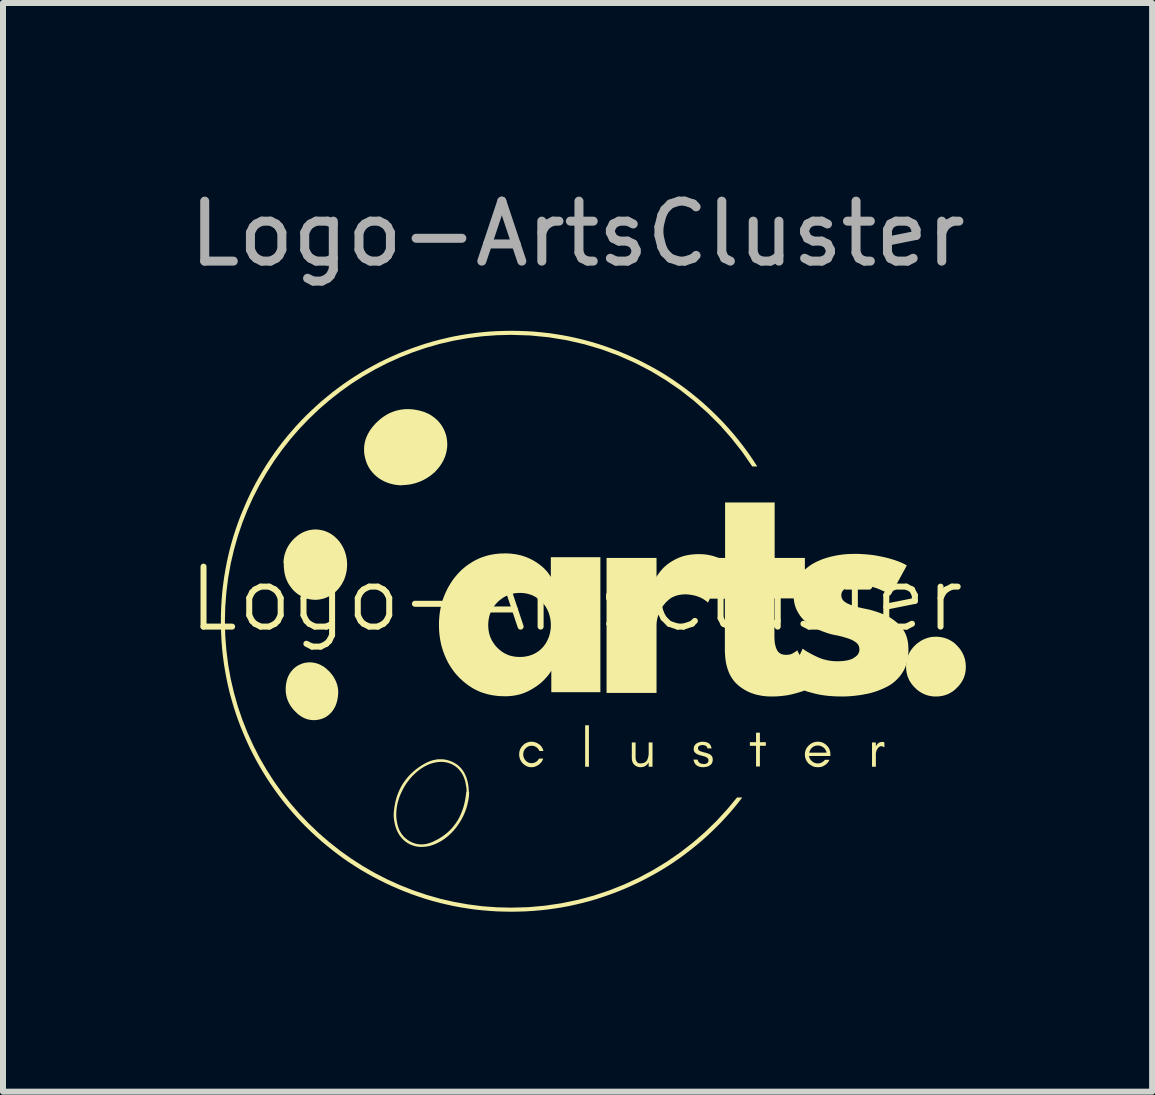
<source format=kicad_pcb>
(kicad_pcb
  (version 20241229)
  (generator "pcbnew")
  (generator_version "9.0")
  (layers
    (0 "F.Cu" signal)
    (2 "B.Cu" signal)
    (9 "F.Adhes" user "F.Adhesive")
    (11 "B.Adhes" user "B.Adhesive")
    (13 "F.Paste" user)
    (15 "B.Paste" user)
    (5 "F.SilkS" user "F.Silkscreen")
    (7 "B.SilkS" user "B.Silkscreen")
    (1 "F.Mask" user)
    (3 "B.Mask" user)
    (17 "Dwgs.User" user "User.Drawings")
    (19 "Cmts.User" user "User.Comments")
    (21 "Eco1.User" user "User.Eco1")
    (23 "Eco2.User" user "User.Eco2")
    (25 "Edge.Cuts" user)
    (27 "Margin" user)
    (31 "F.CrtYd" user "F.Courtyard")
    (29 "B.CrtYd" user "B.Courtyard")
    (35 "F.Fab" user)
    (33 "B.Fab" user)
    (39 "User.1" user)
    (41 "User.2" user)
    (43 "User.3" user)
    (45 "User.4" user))
  (footprint "Logo-ArtsCluster"
    (layer "F.Cu")
    (at 6.557 7.438)
    (property "Reference" "Logo-ArtsCluster" (at 0 -0.5 0) (unlocked yes) (layer "F.SilkS") (effects (font (size 1 1) (thickness 0.1))))
    (attr smd)
    (fp_poly (pts (xy -3.969 1.039) (xy -3.969 1.039) (xy -3.969 1.039)) (stroke (width 0) (type solid)) (fill yes) (layer "F.SilkS"))
    (fp_poly (pts (xy -0.417 1.055) (xy -0.417 1.051) (xy -0.417 1.051)) (stroke (width 0) (type solid)) (fill yes) (layer "F.SilkS"))
    (fp_poly (pts (xy 2.679 2.805) (xy 2.675 2.805) (xy 2.679 2.805)) (stroke (width 0) (type solid)) (fill yes) (layer "F.SilkS"))
    (fp_poly (pts (xy 4.235 2.118) (xy 4.235 2.114) (xy 4.235 2.114)) (stroke (width 0) (type solid)) (fill yes) (layer "F.SilkS"))
    (fp_poly (pts (xy 0.21 2.293) (xy 0.147 2.293) (xy 0.147 1.602) (xy 0.21 1.602)) (stroke (width 0) (type solid)) (fill yes) (layer "F.SilkS"))
    (fp_poly (pts (xy 3.06 1.884) (xy 3.159 1.884) (xy 3.159 1.944) (xy 3.06 1.944) (xy 3.06 2.289) (xy 2.996 2.289) (xy 2.996 1.944) (xy 2.893 1.944) (xy 2.893 1.884) (xy 2.996 1.884) (xy 2.996 1.725) (xy 3.06 1.725)) (stroke (width 0) (type solid)) (fill yes) (layer "F.SilkS"))
    (fp_poly (pts (xy -4.411 0.554) (xy -4.384 0.558) (xy -4.358 0.563) (xy -4.332 0.569) (xy -4.305 0.578) (xy -4.279 0.588) (xy -4.254 0.601) (xy -4.228 0.615) (xy -4.203 0.631) (xy -4.179 0.649) (xy -4.155 0.67) (xy -4.133 0.69) (xy -4.112 0.711) (xy -4.093 0.733) (xy -4.075 0.755) (xy -4.058 0.778) (xy -4.043 0.801) (xy -4.03 0.825) (xy -4.017 0.848) (xy -4.007 0.872) (xy -3.997 0.896) (xy -3.989 0.92) (xy -3.982 0.944) (xy -3.977 0.968) (xy -3.973 0.992) (xy -3.97 1.015) (xy -3.969 1.039) (xy -3.97 1.085) (xy -3.975 1.13) (xy -3.982 1.173) (xy -3.992 1.213) (xy -4.004 1.252) (xy -4.019 1.288) (xy -4.037 1.322) (xy -4.057 1.353) (xy -4.079 1.382) (xy -4.103 1.408) (xy -4.13 1.432) (xy -4.158 1.453) (xy -4.173 1.462) (xy -4.188 1.471) (xy -4.204 1.479) (xy -4.221 1.486) (xy -4.237 1.492) (xy -4.255 1.498) (xy -4.29 1.507) (xy -4.315 1.512) (xy -4.339 1.515) (xy -4.363 1.516) (xy -4.387 1.516) (xy -4.41 1.515) (xy -4.433 1.512) (xy -4.456 1.508) (xy -4.479 1.503) (xy -4.501 1.496) (xy -4.523 1.488) (xy -4.544 1.478) (xy -4.565 1.467) (xy -4.585 1.455) (xy -4.605 1.442) (xy -4.625 1.428) (xy -4.644 1.412) (xy -4.673 1.385) (xy -4.7 1.358) (xy -4.725 1.33) (xy -4.747 1.301) (xy -4.768 1.271) (xy -4.786 1.24) (xy -4.801 1.209) (xy -4.815 1.177) (xy -4.82 1.16) (xy -4.826 1.143) (xy -4.83 1.127) (xy -4.834 1.109) (xy -4.837 1.092) (xy -4.84 1.075) (xy -4.844 1.039) (xy -4.845 1.002) (xy -4.844 0.965) (xy -4.84 0.927) (xy -4.834 0.888) (xy -4.827 0.858) (xy -4.819 0.829) (xy -4.809 0.802) (xy -4.797 0.776) (xy -4.784 0.751) (xy -4.769 0.728) (xy -4.753 0.705) (xy -4.736 0.685) (xy -4.718 0.665) (xy -4.699 0.648) (xy -4.679 0.631) (xy -4.657 0.616) (xy -4.635 0.603) (xy -4.612 0.591) (xy -4.589 0.581) (xy -4.565 0.572) (xy -4.54 0.565) (xy -4.515 0.559) (xy -4.489 0.556) (xy -4.463 0.553) (xy -4.437 0.553)) (stroke (width 0) (type solid)) (fill yes) (layer "F.SilkS"))
    (fp_poly (pts (xy -2.781 -3.668) (xy -2.727 -3.664) (xy -2.672 -3.656) (xy -2.615 -3.644) (xy -2.574 -3.633) (xy -2.533 -3.62) (xy -2.495 -3.604) (xy -2.459 -3.587) (xy -2.424 -3.567) (xy -2.392 -3.545) (xy -2.361 -3.522) (xy -2.332 -3.497) (xy -2.305 -3.471) (xy -2.281 -3.443) (xy -2.258 -3.414) (xy -2.238 -3.384) (xy -2.219 -3.352) (xy -2.203 -3.32) (xy -2.189 -3.286) (xy -2.177 -3.252) (xy -2.167 -3.217) (xy -2.16 -3.181) (xy -2.155 -3.145) (xy -2.152 -3.108) (xy -2.151 -3.071) (xy -2.153 -3.034) (xy -2.158 -2.997) (xy -2.165 -2.96) (xy -2.174 -2.922) (xy -2.185 -2.885) (xy -2.2 -2.848) (xy -2.217 -2.812) (xy -2.236 -2.776) (xy -2.258 -2.741) (xy -2.283 -2.706) (xy -2.31 -2.672) (xy -2.338 -2.641) (xy -2.368 -2.611) (xy -2.4 -2.584) (xy -2.433 -2.558) (xy -2.467 -2.534) (xy -2.503 -2.512) (xy -2.54 -2.491) (xy -2.577 -2.473) (xy -2.616 -2.457) (xy -2.655 -2.443) (xy -2.695 -2.43) (xy -2.736 -2.42) (xy -2.777 -2.412) (xy -2.818 -2.407) (xy -2.86 -2.403) (xy -2.901 -2.402) (xy -2.905 -2.398) (xy -2.959 -2.4) (xy -3.012 -2.406) (xy -3.063 -2.416) (xy -3.112 -2.429) (xy -3.16 -2.446) (xy -3.206 -2.466) (xy -3.249 -2.489) (xy -3.291 -2.515) (xy -3.329 -2.545) (xy -3.365 -2.577) (xy -3.398 -2.612) (xy -3.428 -2.649) (xy -3.455 -2.689) (xy -3.478 -2.732) (xy -3.488 -2.754) (xy -3.497 -2.776) (xy -3.505 -2.799) (xy -3.512 -2.823) (xy -3.523 -2.863) (xy -3.531 -2.902) (xy -3.536 -2.941) (xy -3.538 -2.979) (xy -3.538 -3.017) (xy -3.536 -3.054) (xy -3.53 -3.09) (xy -3.523 -3.126) (xy -3.513 -3.161) (xy -3.501 -3.196) (xy -3.486 -3.23) (xy -3.469 -3.263) (xy -3.451 -3.296) (xy -3.43 -3.328) (xy -3.406 -3.36) (xy -3.381 -3.39) (xy -3.343 -3.433) (xy -3.303 -3.471) (xy -3.261 -3.507) (xy -3.219 -3.539) (xy -3.175 -3.567) (xy -3.13 -3.593) (xy -3.107 -3.604) (xy -3.083 -3.614) (xy -3.06 -3.623) (xy -3.036 -3.632) (xy -3.011 -3.64) (xy -2.987 -3.646) (xy -2.962 -3.652) (xy -2.937 -3.657) (xy -2.912 -3.661) (xy -2.886 -3.664) (xy -2.86 -3.667) (xy -2.834 -3.668)) (stroke (width 0) (type solid)) (fill yes) (layer "F.SilkS"))
    (fp_poly (pts (xy 5.102 1.88) (xy 5.107 1.88) (xy 5.11 1.88) (xy 5.112 1.881) (xy 5.115 1.881) (xy 5.117 1.881) (xy 5.12 1.882) (xy 5.122 1.882) (xy 5.124 1.883) (xy 5.127 1.883) (xy 5.129 1.884) (xy 5.131 1.885) (xy 5.133 1.887) (xy 5.135 1.888) (xy 5.135 1.971) (xy 5.13 1.968) (xy 5.125 1.965) (xy 5.121 1.963) (xy 5.118 1.961) (xy 5.114 1.96) (xy 5.11 1.958) (xy 5.106 1.956) (xy 5.102 1.955) (xy 5.098 1.953) (xy 5.096 1.953) (xy 5.094 1.952) (xy 5.093 1.952) (xy 5.091 1.952) (xy 5.089 1.952) (xy 5.088 1.952) (xy 5.092 1.948) (xy 5.087 1.948) (xy 5.081 1.949) (xy 5.078 1.95) (xy 5.074 1.951) (xy 5.071 1.952) (xy 5.067 1.953) (xy 5.064 1.954) (xy 5.06 1.956) (xy 5.057 1.958) (xy 5.055 1.958) (xy 5.053 1.959) (xy 5.052 1.96) (xy 5.051 1.961) (xy 5.049 1.962) (xy 5.048 1.963) (xy 5.046 1.965) (xy 5.044 1.967) (xy 5.042 1.968) (xy 5.039 1.97) (xy 5.037 1.972) (xy 5.035 1.974) (xy 5.033 1.976) (xy 5.031 1.978) (xy 5.029 1.981) (xy 5.027 1.983) (xy 5.025 1.985) (xy 5.023 1.988) (xy 5.021 1.991) (xy 5.02 1.993) (xy 5.018 1.996) (xy 5.016 1.999) (xy 5.014 2.004) (xy 5.011 2.01) (xy 5.008 2.015) (xy 5.006 2.02) (xy 5.004 2.025) (xy 5.002 2.031) (xy 5 2.036) (xy 4.999 2.042) (xy 4.997 2.047) (xy 4.996 2.053) (xy 4.995 2.059) (xy 4.994 2.065) (xy 4.993 2.071) (xy 4.993 2.077) (xy 4.993 2.084) (xy 4.993 2.09) (xy 4.993 2.293) (xy 4.929 2.293) (xy 4.929 1.888) (xy 4.993 1.888) (xy 4.993 1.956) (xy 4.997 1.946) (xy 5.002 1.937) (xy 5.007 1.929) (xy 5.013 1.922) (xy 5.018 1.915) (xy 5.021 1.912) (xy 5.024 1.909) (xy 5.027 1.906) (xy 5.03 1.903) (xy 5.034 1.901) (xy 5.037 1.898) (xy 5.04 1.896) (xy 5.043 1.894) (xy 5.047 1.892) (xy 5.05 1.89) (xy 5.054 1.889) (xy 5.057 1.887) (xy 5.061 1.886) (xy 5.065 1.885) (xy 5.068 1.884) (xy 5.072 1.883) (xy 5.08 1.881) (xy 5.088 1.88) (xy 5.096 1.88)) (stroke (width 0) (type solid)) (fill yes) (layer "F.SilkS"))
    (fp_poly (pts (xy 6.018 0.126) (xy 6.043 0.128) (xy 6.067 0.131) (xy 6.091 0.135) (xy 6.115 0.14) (xy 6.139 0.146) (xy 6.162 0.154) (xy 6.184 0.162) (xy 6.206 0.172) (xy 6.228 0.183) (xy 6.249 0.195) (xy 6.27 0.208) (xy 6.29 0.222) (xy 6.309 0.238) (xy 6.328 0.255) (xy 6.346 0.273) (xy 6.363 0.292) (xy 6.38 0.311) (xy 6.395 0.33) (xy 6.409 0.35) (xy 6.422 0.371) (xy 6.434 0.391) (xy 6.445 0.413) (xy 6.455 0.434) (xy 6.464 0.457) (xy 6.471 0.479) (xy 6.478 0.502) (xy 6.483 0.526) (xy 6.487 0.55) (xy 6.49 0.575) (xy 6.492 0.6) (xy 6.493 0.626) (xy 6.492 0.652) (xy 6.491 0.677) (xy 6.488 0.701) (xy 6.484 0.725) (xy 6.479 0.749) (xy 6.473 0.771) (xy 6.465 0.794) (xy 6.457 0.815) (xy 6.447 0.837) (xy 6.436 0.858) (xy 6.424 0.878) (xy 6.411 0.898) (xy 6.396 0.918) (xy 6.381 0.937) (xy 6.364 0.956) (xy 6.346 0.975) (xy 6.328 0.993) (xy 6.309 1.01) (xy 6.29 1.026) (xy 6.27 1.04) (xy 6.25 1.053) (xy 6.229 1.065) (xy 6.208 1.076) (xy 6.186 1.086) (xy 6.163 1.094) (xy 6.14 1.102) (xy 6.117 1.108) (xy 6.093 1.113) (xy 6.069 1.117) (xy 6.044 1.12) (xy 6.019 1.122) (xy 5.993 1.122) (xy 5.968 1.122) (xy 5.943 1.12) (xy 5.919 1.117) (xy 5.895 1.113) (xy 5.872 1.108) (xy 5.849 1.102) (xy 5.827 1.094) (xy 5.805 1.086) (xy 5.783 1.076) (xy 5.762 1.065) (xy 5.741 1.053) (xy 5.721 1.04) (xy 5.701 1.026) (xy 5.681 1.01) (xy 5.662 0.993) (xy 5.643 0.975) (xy 5.625 0.956) (xy 5.609 0.937) (xy 5.593 0.918) (xy 5.579 0.898) (xy 5.565 0.877) (xy 5.553 0.857) (xy 5.543 0.836) (xy 5.533 0.814) (xy 5.524 0.792) (xy 5.517 0.77) (xy 5.511 0.747) (xy 5.506 0.724) (xy 5.502 0.7) (xy 5.499 0.676) (xy 5.497 0.651) (xy 5.497 0.626) (xy 5.497 0.601) (xy 5.499 0.576) (xy 5.502 0.551) (xy 5.506 0.527) (xy 5.511 0.503) (xy 5.517 0.48) (xy 5.524 0.457) (xy 5.533 0.434) (xy 5.543 0.412) (xy 5.553 0.391) (xy 5.565 0.37) (xy 5.579 0.349) (xy 5.593 0.329) (xy 5.609 0.31) (xy 5.625 0.291) (xy 5.643 0.273) (xy 5.662 0.255) (xy 5.681 0.239) (xy 5.701 0.224) (xy 5.721 0.21) (xy 5.741 0.196) (xy 5.762 0.184) (xy 5.783 0.173) (xy 5.805 0.164) (xy 5.827 0.155) (xy 5.849 0.147) (xy 5.872 0.141) (xy 5.895 0.135) (xy 5.919 0.131) (xy 5.943 0.128) (xy 5.968 0.127) (xy 5.993 0.126)) (stroke (width 0) (type solid)) (fill yes) (layer "F.SilkS"))
    (fp_poly (pts (xy -4.334 -1.662) (xy -4.313 -1.661) (xy -4.291 -1.658) (xy -4.27 -1.655) (xy -4.249 -1.651) (xy -4.227 -1.646) (xy -4.207 -1.641) (xy -4.186 -1.634) (xy -4.165 -1.626) (xy -4.145 -1.617) (xy -4.125 -1.607) (xy -4.106 -1.597) (xy -4.086 -1.585) (xy -4.068 -1.573) (xy -4.049 -1.559) (xy -4.031 -1.545) (xy -4.014 -1.529) (xy -3.997 -1.513) (xy -3.975 -1.49) (xy -3.955 -1.467) (xy -3.936 -1.442) (xy -3.919 -1.416) (xy -3.903 -1.39) (xy -3.888 -1.363) (xy -3.875 -1.335) (xy -3.863 -1.307) (xy -3.853 -1.278) (xy -3.844 -1.249) (xy -3.837 -1.219) (xy -3.831 -1.189) (xy -3.826 -1.159) (xy -3.823 -1.129) (xy -3.821 -1.098) (xy -3.821 -1.068) (xy -3.822 -1.037) (xy -3.825 -1.007) (xy -3.828 -0.977) (xy -3.834 -0.947) (xy -3.841 -0.917) (xy -3.849 -0.887) (xy -3.858 -0.859) (xy -3.869 -0.83) (xy -3.882 -0.802) (xy -3.896 -0.775) (xy -3.911 -0.748) (xy -3.928 -0.722) (xy -3.946 -0.698) (xy -3.965 -0.673) (xy -3.986 -0.65) (xy -4.009 -0.628) (xy -4.032 -0.608) (xy -4.055 -0.59) (xy -4.079 -0.573) (xy -4.104 -0.558) (xy -4.129 -0.544) (xy -4.155 -0.532) (xy -4.181 -0.521) (xy -4.207 -0.512) (xy -4.234 -0.505) (xy -4.26 -0.499) (xy -4.287 -0.494) (xy -4.314 -0.491) (xy -4.341 -0.49) (xy -4.368 -0.49) (xy -4.395 -0.492) (xy -4.421 -0.495) (xy -4.448 -0.499) (xy -4.474 -0.505) (xy -4.5 -0.513) (xy -4.526 -0.522) (xy -4.551 -0.532) (xy -4.576 -0.544) (xy -4.6 -0.557) (xy -4.624 -0.572) (xy -4.647 -0.588) (xy -4.669 -0.605) (xy -4.691 -0.624) (xy -4.712 -0.644) (xy -4.732 -0.666) (xy -4.751 -0.689) (xy -4.769 -0.714) (xy -4.786 -0.739) (xy -4.798 -0.758) (xy -4.809 -0.777) (xy -4.818 -0.797) (xy -4.827 -0.816) (xy -4.836 -0.837) (xy -4.843 -0.858) (xy -4.85 -0.879) (xy -4.856 -0.901) (xy -4.861 -0.924) (xy -4.866 -0.947) (xy -4.869 -0.971) (xy -4.872 -0.996) (xy -4.875 -1.022) (xy -4.876 -1.048) (xy -4.877 -1.076) (xy -4.878 -1.104) (xy -4.882 -1.108) (xy -4.88 -1.139) (xy -4.877 -1.169) (xy -4.872 -1.2) (xy -4.866 -1.23) (xy -4.857 -1.261) (xy -4.847 -1.291) (xy -4.836 -1.32) (xy -4.822 -1.349) (xy -4.807 -1.378) (xy -4.789 -1.406) (xy -4.77 -1.434) (xy -4.749 -1.461) (xy -4.726 -1.487) (xy -4.7 -1.513) (xy -4.673 -1.537) (xy -4.644 -1.561) (xy -4.625 -1.574) (xy -4.605 -1.587) (xy -4.586 -1.599) (xy -4.566 -1.609) (xy -4.546 -1.619) (xy -4.525 -1.628) (xy -4.505 -1.635) (xy -4.484 -1.642) (xy -4.463 -1.648) (xy -4.442 -1.653) (xy -4.42 -1.656) (xy -4.399 -1.659) (xy -4.377 -1.661) (xy -4.356 -1.662)) (stroke (width 0) (type solid)) (fill yes) (layer "F.SilkS"))
    (fp_poly (pts (xy 1.27 2.293) (xy 1.206 2.293) (xy 1.206 2.221) (xy 1.2 2.231) (xy 1.194 2.24) (xy 1.187 2.248) (xy 1.18 2.256) (xy 1.173 2.263) (xy 1.169 2.266) (xy 1.165 2.269) (xy 1.162 2.272) (xy 1.158 2.275) (xy 1.154 2.278) (xy 1.149 2.28) (xy 1.145 2.283) (xy 1.141 2.285) (xy 1.136 2.287) (xy 1.132 2.289) (xy 1.127 2.291) (xy 1.123 2.293) (xy 1.118 2.294) (xy 1.113 2.296) (xy 1.108 2.297) (xy 1.103 2.298) (xy 1.098 2.299) (xy 1.093 2.299) (xy 1.088 2.3) (xy 1.082 2.3) (xy 1.077 2.301) (xy 1.071 2.301) (xy 1.071 2.301) (xy 1.063 2.301) (xy 1.055 2.3) (xy 1.048 2.299) (xy 1.04 2.298) (xy 1.033 2.296) (xy 1.026 2.294) (xy 1.019 2.292) (xy 1.012 2.289) (xy 1.005 2.286) (xy 0.999 2.283) (xy 0.993 2.28) (xy 0.987 2.276) (xy 0.981 2.271) (xy 0.975 2.267) (xy 0.97 2.262) (xy 0.964 2.257) (xy 0.959 2.252) (xy 0.955 2.246) (xy 0.95 2.24) (xy 0.946 2.234) (xy 0.943 2.228) (xy 0.94 2.221) (xy 0.937 2.214) (xy 0.934 2.207) (xy 0.932 2.2) (xy 0.93 2.192) (xy 0.928 2.184) (xy 0.927 2.176) (xy 0.926 2.168) (xy 0.925 2.16) (xy 0.925 2.151) (xy 0.925 2.142) (xy 0.925 1.888) (xy 0.988 1.888) (xy 0.988 2.142) (xy 0.988 2.147) (xy 0.989 2.152) (xy 0.989 2.157) (xy 0.99 2.162) (xy 0.99 2.166) (xy 0.991 2.17) (xy 0.992 2.175) (xy 0.994 2.179) (xy 0.995 2.183) (xy 0.996 2.187) (xy 0.998 2.191) (xy 1 2.195) (xy 1.002 2.198) (xy 1.004 2.202) (xy 1.008 2.21) (xy 1.009 2.211) (xy 1.01 2.213) (xy 1.012 2.215) (xy 1.013 2.216) (xy 1.014 2.218) (xy 1.016 2.219) (xy 1.017 2.221) (xy 1.018 2.222) (xy 1.02 2.224) (xy 1.021 2.225) (xy 1.023 2.226) (xy 1.025 2.227) (xy 1.026 2.228) (xy 1.028 2.229) (xy 1.03 2.23) (xy 1.032 2.231) (xy 1.034 2.232) (xy 1.036 2.232) (xy 1.038 2.233) (xy 1.04 2.234) (xy 1.042 2.234) (xy 1.044 2.235) (xy 1.048 2.236) (xy 1.053 2.236) (xy 1.057 2.237) (xy 1.062 2.237) (xy 1.068 2.237) (xy 1.077 2.237) (xy 1.086 2.237) (xy 1.095 2.236) (xy 1.103 2.234) (xy 1.111 2.233) (xy 1.119 2.231) (xy 1.126 2.228) (xy 1.133 2.225) (xy 1.14 2.222) (xy 1.146 2.219) (xy 1.151 2.215) (xy 1.157 2.21) (xy 1.162 2.206) (xy 1.166 2.201) (xy 1.171 2.195) (xy 1.175 2.19) (xy 1.178 2.184) (xy 1.182 2.177) (xy 1.185 2.171) (xy 1.188 2.164) (xy 1.191 2.156) (xy 1.193 2.149) (xy 1.196 2.141) (xy 1.198 2.133) (xy 1.2 2.125) (xy 1.202 2.116) (xy 1.203 2.107) (xy 1.204 2.098) (xy 1.205 2.089) (xy 1.206 2.079) (xy 1.206 2.069) (xy 1.206 2.059) (xy 1.206 1.888) (xy 1.27 1.888)) (stroke (width 0) (type solid)) (fill yes) (layer "F.SilkS"))
    (fp_poly (pts (xy -2.227 2.169) (xy -2.201 2.172) (xy -2.175 2.176) (xy -2.149 2.182) (xy -2.123 2.19) (xy -2.104 2.196) (xy -2.086 2.203) (xy -2.068 2.211) (xy -2.051 2.219) (xy -2.035 2.228) (xy -2.019 2.237) (xy -2.004 2.247) (xy -1.989 2.257) (xy -1.975 2.267) (xy -1.962 2.278) (xy -1.949 2.29) (xy -1.937 2.302) (xy -1.925 2.314) (xy -1.914 2.327) (xy -1.904 2.34) (xy -1.894 2.353) (xy -1.884 2.367) (xy -1.875 2.382) (xy -1.867 2.396) (xy -1.859 2.412) (xy -1.844 2.443) (xy -1.831 2.475) (xy -1.821 2.509) (xy -1.811 2.545) (xy -1.804 2.581) (xy -1.798 2.618) (xy -1.79 2.718) (xy -1.786 2.718) (xy -1.79 2.786) (xy -1.8 2.854) (xy -1.815 2.922) (xy -1.834 2.989) (xy -1.858 3.055) (xy -1.887 3.119) (xy -1.92 3.182) (xy -1.957 3.241) (xy -1.997 3.298) (xy -2.041 3.352) (xy -2.088 3.402) (xy -2.139 3.449) (xy -2.192 3.491) (xy -2.247 3.528) (xy -2.305 3.56) (xy -2.335 3.574) (xy -2.365 3.587) (xy -2.393 3.597) (xy -2.421 3.606) (xy -2.448 3.614) (xy -2.476 3.62) (xy -2.503 3.624) (xy -2.53 3.627) (xy -2.556 3.629) (xy -2.582 3.63) (xy -2.608 3.629) (xy -2.633 3.627) (xy -2.658 3.623) (xy -2.683 3.618) (xy -2.706 3.612) (xy -2.73 3.604) (xy -2.753 3.596) (xy -2.775 3.586) (xy -2.796 3.574) (xy -2.817 3.562) (xy -2.837 3.548) (xy -2.857 3.534) (xy -2.875 3.518) (xy -2.893 3.5) (xy -2.91 3.482) (xy -2.926 3.463) (xy -2.942 3.442) (xy -2.956 3.421) (xy -2.969 3.398) (xy -2.982 3.374) (xy -2.993 3.35) (xy -3.003 3.324) (xy -3.012 3.297) (xy -3.02 3.269) (xy -3.026 3.245) (xy -3.031 3.22) (xy -3.036 3.195) (xy -3.04 3.17) (xy -3.042 3.145) (xy -3.044 3.132) (xy -3.044 3.12) (xy -3.045 3.107) (xy -3.045 3.102) (xy -3.001 3.102) (xy -3 3.136) (xy -2.996 3.17) (xy -2.993 3.194) (xy -2.989 3.218) (xy -2.984 3.242) (xy -2.979 3.265) (xy -2.972 3.288) (xy -2.965 3.31) (xy -2.957 3.331) (xy -2.947 3.353) (xy -2.937 3.373) (xy -2.925 3.393) (xy -2.913 3.412) (xy -2.899 3.431) (xy -2.884 3.449) (xy -2.867 3.467) (xy -2.849 3.483) (xy -2.83 3.499) (xy -2.803 3.519) (xy -2.776 3.536) (xy -2.748 3.55) (xy -2.72 3.562) (xy -2.692 3.572) (xy -2.663 3.579) (xy -2.635 3.584) (xy -2.606 3.587) (xy -2.577 3.588) (xy -2.548 3.586) (xy -2.519 3.583) (xy -2.49 3.577) (xy -2.461 3.569) (xy -2.432 3.56) (xy -2.402 3.548) (xy -2.373 3.535) (xy -2.342 3.519) (xy -2.311 3.503) (xy -2.281 3.486) (xy -2.253 3.468) (xy -2.225 3.45) (xy -2.198 3.43) (xy -2.173 3.411) (xy -2.148 3.39) (xy -2.125 3.369) (xy -2.102 3.347) (xy -2.081 3.324) (xy -2.06 3.301) (xy -2.041 3.277) (xy -2.022 3.252) (xy -2.004 3.227) (xy -1.987 3.201) (xy -1.971 3.175) (xy -1.956 3.148) (xy -1.942 3.12) (xy -1.929 3.092) (xy -1.905 3.034) (xy -1.884 2.973) (xy -1.867 2.91) (xy -1.853 2.845) (xy -1.842 2.779) (xy -1.834 2.71) (xy -1.83 2.714) (xy -1.83 2.69) (xy -1.83 2.678) (xy -1.831 2.666) (xy -1.832 2.654) (xy -1.832 2.648) (xy -1.833 2.642) (xy -1.834 2.636) (xy -1.835 2.63) (xy -1.836 2.624) (xy -1.838 2.618) (xy -1.842 2.589) (xy -1.847 2.56) (xy -1.854 2.532) (xy -1.862 2.505) (xy -1.871 2.48) (xy -1.881 2.455) (xy -1.893 2.431) (xy -1.905 2.409) (xy -1.919 2.387) (xy -1.934 2.367) (xy -1.949 2.348) (xy -1.966 2.33) (xy -1.983 2.313) (xy -2.002 2.297) (xy -2.021 2.283) (xy -2.041 2.27) (xy -2.062 2.258) (xy -2.084 2.248) (xy -2.107 2.238) (xy -2.13 2.231) (xy -2.153 2.224) (xy -2.178 2.219) (xy -2.202 2.215) (xy -2.228 2.213) (xy -2.254 2.212) (xy -2.28 2.213) (xy -2.307 2.215) (xy -2.334 2.219) (xy -2.361 2.224) (xy -2.389 2.231) (xy -2.417 2.239) (xy -2.445 2.249) (xy -2.477 2.262) (xy -2.508 2.277) (xy -2.538 2.294) (xy -2.568 2.312) (xy -2.598 2.331) (xy -2.626 2.352) (xy -2.654 2.374) (xy -2.681 2.398) (xy -2.707 2.422) (xy -2.733 2.448) (xy -2.757 2.475) (xy -2.781 2.503) (xy -2.803 2.532) (xy -2.825 2.561) (xy -2.846 2.592) (xy -2.865 2.623) (xy -2.883 2.655) (xy -2.9 2.688) (xy -2.916 2.721) (xy -2.931 2.754) (xy -2.945 2.788) (xy -2.957 2.823) (xy -2.967 2.857) (xy -2.977 2.892) (xy -2.985 2.927) (xy -2.991 2.962) (xy -2.996 2.997) (xy -2.999 3.032) (xy -3.001 3.067) (xy -3.001 3.102) (xy -3.045 3.102) (xy -3.045 3.095) (xy -3.045 3.083) (xy -3.044 3.071) (xy -3.038 3.003) (xy -3.028 2.938) (xy -3.015 2.874) (xy -2.999 2.812) (xy -2.979 2.753) (xy -2.955 2.695) (xy -2.928 2.639) (xy -2.898 2.586) (xy -2.864 2.535) (xy -2.826 2.486) (xy -2.785 2.439) (xy -2.741 2.395) (xy -2.693 2.353) (xy -2.642 2.313) (xy -2.587 2.276) (xy -2.528 2.241) (xy -2.504 2.228) (xy -2.48 2.217) (xy -2.456 2.206) (xy -2.431 2.197) (xy -2.406 2.189) (xy -2.381 2.182) (xy -2.356 2.177) (xy -2.33 2.172) (xy -2.305 2.169) (xy -2.279 2.168) (xy -2.253 2.168)) (stroke (width 0) (type solid)) (fill yes) (layer "F.SilkS"))
    (fp_poly (pts (xy 4.035 1.876) (xy 4.046 1.877) (xy 4.057 1.878) (xy 4.067 1.88) (xy 4.077 1.882) (xy 4.086 1.885) (xy 4.096 1.888) (xy 4.105 1.891) (xy 4.114 1.895) (xy 4.123 1.899) (xy 4.131 1.904) (xy 4.14 1.91) (xy 4.148 1.915) (xy 4.156 1.922) (xy 4.164 1.928) (xy 4.171 1.936) (xy 4.179 1.943) (xy 4.186 1.951) (xy 4.193 1.959) (xy 4.199 1.967) (xy 4.205 1.975) (xy 4.21 1.984) (xy 4.215 1.993) (xy 4.219 2.002) (xy 4.223 2.011) (xy 4.226 2.02) (xy 4.229 2.03) (xy 4.231 2.04) (xy 4.232 2.05) (xy 4.234 2.061) (xy 4.234 2.071) (xy 4.235 2.083) (xy 4.235 2.114) (xy 3.877 2.114) (xy 3.879 2.121) (xy 3.881 2.127) (xy 3.883 2.134) (xy 3.885 2.14) (xy 3.887 2.146) (xy 3.89 2.151) (xy 3.893 2.157) (xy 3.896 2.162) (xy 3.899 2.168) (xy 3.903 2.173) (xy 3.906 2.178) (xy 3.91 2.183) (xy 3.915 2.188) (xy 3.919 2.192) (xy 3.924 2.197) (xy 3.929 2.202) (xy 3.934 2.206) (xy 3.94 2.21) (xy 3.945 2.214) (xy 3.951 2.217) (xy 3.956 2.22) (xy 3.962 2.223) (xy 3.968 2.226) (xy 3.974 2.228) (xy 3.98 2.23) (xy 3.986 2.232) (xy 3.992 2.234) (xy 3.998 2.235) (xy 4.005 2.236) (xy 4.011 2.237) (xy 4.018 2.237) (xy 4.024 2.237) (xy 4.029 2.237) (xy 4.033 2.237) (xy 4.038 2.237) (xy 4.042 2.236) (xy 4.046 2.236) (xy 4.051 2.235) (xy 4.055 2.235) (xy 4.059 2.234) (xy 4.064 2.233) (xy 4.068 2.232) (xy 4.072 2.23) (xy 4.076 2.229) (xy 4.08 2.227) (xy 4.084 2.226) (xy 4.088 2.224) (xy 4.092 2.221) (xy 4.099 2.217) (xy 4.106 2.212) (xy 4.11 2.21) (xy 4.114 2.208) (xy 4.117 2.205) (xy 4.12 2.203) (xy 4.124 2.2) (xy 4.127 2.197) (xy 4.13 2.194) (xy 4.133 2.191) (xy 4.136 2.188) (xy 4.138 2.185) (xy 4.141 2.181) (xy 4.143 2.178) (xy 4.219 2.178) (xy 4.216 2.185) (xy 4.212 2.192) (xy 4.209 2.199) (xy 4.205 2.205) (xy 4.2 2.212) (xy 4.196 2.218) (xy 4.191 2.224) (xy 4.186 2.229) (xy 4.181 2.235) (xy 4.176 2.24) (xy 4.17 2.245) (xy 4.165 2.25) (xy 4.159 2.255) (xy 4.152 2.26) (xy 4.146 2.265) (xy 4.139 2.269) (xy 4.133 2.273) (xy 4.126 2.277) (xy 4.119 2.281) (xy 4.113 2.284) (xy 4.106 2.287) (xy 4.099 2.29) (xy 4.092 2.292) (xy 4.086 2.294) (xy 4.079 2.296) (xy 4.072 2.297) (xy 4.066 2.298) (xy 4.059 2.299) (xy 4.052 2.3) (xy 4.046 2.3) (xy 4.039 2.301) (xy 4.032 2.301) (xy 4.019 2.301) (xy 4.006 2.3) (xy 3.994 2.299) (xy 3.988 2.298) (xy 3.982 2.297) (xy 3.976 2.296) (xy 3.971 2.295) (xy 3.965 2.294) (xy 3.96 2.292) (xy 3.955 2.291) (xy 3.95 2.289) (xy 3.945 2.287) (xy 3.941 2.285) (xy 3.932 2.28) (xy 3.923 2.275) (xy 3.914 2.27) (xy 3.906 2.265) (xy 3.897 2.259) (xy 3.889 2.253) (xy 3.881 2.247) (xy 3.873 2.241) (xy 3.866 2.234) (xy 3.859 2.226) (xy 3.853 2.218) (xy 3.847 2.209) (xy 3.841 2.201) (xy 3.836 2.192) (xy 3.831 2.183) (xy 3.827 2.173) (xy 3.823 2.164) (xy 3.82 2.154) (xy 3.817 2.144) (xy 3.814 2.134) (xy 3.812 2.123) (xy 3.811 2.112) (xy 3.81 2.102) (xy 3.81 2.09) (xy 3.81 2.079) (xy 3.811 2.069) (xy 3.812 2.059) (xy 3.881 2.059) (xy 4.171 2.059) (xy 4.17 2.052) (xy 4.168 2.046) (xy 4.166 2.039) (xy 4.164 2.033) (xy 4.161 2.027) (xy 4.159 2.022) (xy 4.156 2.016) (xy 4.153 2.011) (xy 4.149 2.005) (xy 4.146 2) (xy 4.142 1.995) (xy 4.138 1.99) (xy 4.134 1.985) (xy 4.129 1.981) (xy 4.125 1.976) (xy 4.119 1.971) (xy 4.116 1.971) (xy 4.11 1.967) (xy 4.105 1.963) (xy 4.1 1.96) (xy 4.095 1.956) (xy 4.089 1.953) (xy 4.084 1.951) (xy 4.078 1.949) (xy 4.073 1.947) (xy 4.067 1.945) (xy 4.061 1.943) (xy 4.056 1.942) (xy 4.05 1.941) (xy 4.044 1.941) (xy 4.037 1.94) (xy 4.031 1.94) (xy 4.024 1.94) (xy 4.015 1.94) (xy 4.005 1.941) (xy 3.996 1.942) (xy 3.987 1.944) (xy 3.978 1.947) (xy 3.97 1.95) (xy 3.962 1.953) (xy 3.954 1.957) (xy 3.946 1.962) (xy 3.939 1.968) (xy 3.932 1.973) (xy 3.925 1.98) (xy 3.918 1.987) (xy 3.912 1.994) (xy 3.907 2.002) (xy 3.901 2.011) (xy 3.895 2.023) (xy 3.892 2.029) (xy 3.89 2.035) (xy 3.887 2.041) (xy 3.885 2.047) (xy 3.884 2.05) (xy 3.883 2.053) (xy 3.882 2.056) (xy 3.881 2.059) (xy 3.812 2.059) (xy 3.812 2.058) (xy 3.814 2.048) (xy 3.816 2.038) (xy 3.819 2.028) (xy 3.822 2.018) (xy 3.825 2.009) (xy 3.829 2) (xy 3.834 1.991) (xy 3.839 1.982) (xy 3.845 1.973) (xy 3.851 1.965) (xy 3.858 1.956) (xy 3.866 1.948) (xy 3.873 1.94) (xy 3.881 1.932) (xy 3.889 1.926) (xy 3.897 1.919) (xy 3.905 1.913) (xy 3.914 1.907) (xy 3.923 1.902) (xy 3.932 1.897) (xy 3.941 1.893) (xy 3.951 1.889) (xy 3.961 1.886) (xy 3.971 1.883) (xy 3.981 1.88) (xy 3.992 1.879) (xy 4.002 1.877) (xy 4.013 1.876) (xy 4.024 1.876)) (stroke (width 0) (type solid)) (fill yes) (layer "F.SilkS"))
    (fp_poly (pts (xy -0.737 1.876) (xy -0.729 1.877) (xy -0.72 1.878) (xy -0.712 1.879) (xy -0.704 1.881) (xy -0.696 1.883) (xy -0.688 1.885) (xy -0.68 1.888) (xy -0.672 1.89) (xy -0.664 1.894) (xy -0.657 1.897) (xy -0.649 1.901) (xy -0.642 1.905) (xy -0.634 1.91) (xy -0.627 1.915) (xy -0.619 1.92) (xy -0.613 1.925) (xy -0.606 1.931) (xy -0.6 1.936) (xy -0.595 1.942) (xy -0.589 1.948) (xy -0.584 1.955) (xy -0.579 1.961) (xy -0.575 1.968) (xy -0.57 1.975) (xy -0.566 1.982) (xy -0.562 1.99) (xy -0.559 1.997) (xy -0.556 2.005) (xy -0.553 2.014) (xy -0.55 2.022) (xy -0.548 2.031) (xy -0.619 2.031) (xy -0.615 2.031) (xy -0.618 2.026) (xy -0.62 2.021) (xy -0.622 2.016) (xy -0.625 2.012) (xy -0.628 2.007) (xy -0.63 2.003) (xy -0.633 1.999) (xy -0.637 1.995) (xy -0.64 1.991) (xy -0.643 1.987) (xy -0.647 1.984) (xy -0.65 1.98) (xy -0.654 1.977) (xy -0.658 1.974) (xy -0.662 1.97) (xy -0.667 1.967) (xy -0.671 1.965) (xy -0.676 1.962) (xy -0.68 1.959) (xy -0.685 1.957) (xy -0.689 1.955) (xy -0.694 1.953) (xy -0.698 1.951) (xy -0.703 1.95) (xy -0.707 1.948) (xy -0.711 1.947) (xy -0.716 1.946) (xy -0.72 1.945) (xy -0.725 1.944) (xy -0.729 1.944) (xy -0.734 1.944) (xy -0.738 1.944) (xy -0.747 1.944) (xy -0.755 1.944) (xy -0.76 1.944) (xy -0.764 1.944) (xy -0.768 1.945) (xy -0.771 1.945) (xy -0.775 1.946) (xy -0.779 1.947) (xy -0.783 1.947) (xy -0.787 1.949) (xy -0.791 1.95) (xy -0.794 1.952) (xy -0.798 1.953) (xy -0.802 1.956) (xy -0.805 1.957) (xy -0.808 1.959) (xy -0.811 1.96) (xy -0.814 1.962) (xy -0.817 1.964) (xy -0.819 1.966) (xy -0.822 1.968) (xy -0.825 1.97) (xy -0.828 1.972) (xy -0.831 1.974) (xy -0.836 1.978) (xy -0.841 1.983) (xy -0.843 1.985) (xy -0.845 1.987) (xy -0.85 1.993) (xy -0.855 1.998) (xy -0.859 2.004) (xy -0.863 2.009) (xy -0.867 2.015) (xy -0.87 2.021) (xy -0.873 2.028) (xy -0.876 2.034) (xy -0.878 2.04) (xy -0.88 2.047) (xy -0.881 2.053) (xy -0.883 2.06) (xy -0.884 2.066) (xy -0.885 2.073) (xy -0.885 2.08) (xy -0.885 2.086) (xy -0.885 2.093) (xy -0.885 2.1) (xy -0.884 2.107) (xy -0.883 2.113) (xy -0.881 2.12) (xy -0.88 2.126) (xy -0.878 2.133) (xy -0.876 2.14) (xy -0.873 2.146) (xy -0.87 2.152) (xy -0.867 2.159) (xy -0.863 2.165) (xy -0.859 2.171) (xy -0.855 2.178) (xy -0.85 2.184) (xy -0.845 2.19) (xy -0.84 2.195) (xy -0.835 2.2) (xy -0.829 2.204) (xy -0.824 2.208) (xy -0.818 2.212) (xy -0.812 2.216) (xy -0.806 2.219) (xy -0.8 2.222) (xy -0.794 2.225) (xy -0.788 2.227) (xy -0.781 2.229) (xy -0.775 2.23) (xy -0.768 2.232) (xy -0.761 2.233) (xy -0.754 2.233) (xy -0.746 2.233) (xy -0.741 2.233) (xy -0.736 2.233) (xy -0.731 2.233) (xy -0.726 2.232) (xy -0.721 2.231) (xy -0.717 2.23) (xy -0.712 2.229) (xy -0.707 2.228) (xy -0.703 2.226) (xy -0.699 2.225) (xy -0.695 2.223) (xy -0.69 2.222) (xy -0.686 2.22) (xy -0.682 2.218) (xy -0.679 2.216) (xy -0.675 2.213) (xy -0.671 2.211) (xy -0.667 2.209) (xy -0.664 2.206) (xy -0.66 2.203) (xy -0.656 2.2) (xy -0.653 2.197) (xy -0.649 2.194) (xy -0.646 2.19) (xy -0.643 2.187) (xy -0.639 2.183) (xy -0.636 2.179) (xy -0.633 2.175) (xy -0.631 2.171) (xy -0.628 2.167) (xy -0.625 2.162) (xy -0.623 2.158) (xy -0.552 2.158) (xy -0.556 2.17) (xy -0.562 2.181) (xy -0.567 2.192) (xy -0.573 2.202) (xy -0.58 2.212) (xy -0.587 2.221) (xy -0.594 2.23) (xy -0.602 2.238) (xy -0.611 2.246) (xy -0.62 2.254) (xy -0.629 2.261) (xy -0.639 2.267) (xy -0.649 2.273) (xy -0.66 2.279) (xy -0.671 2.284) (xy -0.683 2.289) (xy -0.686 2.29) (xy -0.69 2.292) (xy -0.694 2.293) (xy -0.698 2.294) (xy -0.702 2.295) (xy -0.706 2.296) (xy -0.711 2.297) (xy -0.715 2.298) (xy -0.719 2.299) (xy -0.724 2.299) (xy -0.728 2.3) (xy -0.732 2.3) (xy -0.737 2.3) (xy -0.741 2.301) (xy -0.746 2.301) (xy -0.75 2.301) (xy -0.759 2.301) (xy -0.764 2.3) (xy -0.769 2.3) (xy -0.773 2.3) (xy -0.778 2.299) (xy -0.783 2.298) (xy -0.788 2.297) (xy -0.793 2.296) (xy -0.798 2.295) (xy -0.802 2.294) (xy -0.807 2.292) (xy -0.812 2.291) (xy -0.816 2.289) (xy -0.821 2.287) (xy -0.826 2.285) (xy -0.834 2.28) (xy -0.843 2.275) (xy -0.852 2.27) (xy -0.856 2.267) (xy -0.861 2.264) (xy -0.865 2.261) (xy -0.869 2.258) (xy -0.873 2.255) (xy -0.877 2.251) (xy -0.881 2.248) (xy -0.885 2.245) (xy -0.889 2.241) (xy -0.893 2.237) (xy -0.9 2.229) (xy -0.907 2.221) (xy -0.913 2.212) (xy -0.919 2.204) (xy -0.924 2.195) (xy -0.929 2.186) (xy -0.934 2.177) (xy -0.938 2.168) (xy -0.941 2.158) (xy -0.944 2.149) (xy -0.947 2.139) (xy -0.949 2.129) (xy -0.95 2.119) (xy -0.952 2.108) (xy -0.952 2.098) (xy -0.953 2.086) (xy -0.952 2.075) (xy -0.952 2.065) (xy -0.95 2.054) (xy -0.949 2.044) (xy -0.947 2.034) (xy -0.944 2.024) (xy -0.941 2.015) (xy -0.938 2.006) (xy -0.934 1.997) (xy -0.929 1.988) (xy -0.924 1.979) (xy -0.919 1.971) (xy -0.913 1.963) (xy -0.907 1.955) (xy -0.9 1.947) (xy -0.893 1.94) (xy -0.885 1.932) (xy -0.878 1.924) (xy -0.87 1.918) (xy -0.861 1.911) (xy -0.853 1.906) (xy -0.844 1.9) (xy -0.835 1.896) (xy -0.826 1.892) (xy -0.816 1.888) (xy -0.807 1.885) (xy -0.797 1.882) (xy -0.787 1.88) (xy -0.777 1.878) (xy -0.767 1.877) (xy -0.757 1.876) (xy -0.746 1.876)) (stroke (width 0) (type solid)) (fill yes) (layer "F.SilkS"))
    (fp_poly (pts (xy -0.961 -4.972) (xy -0.839 -4.968) (xy -0.717 -4.961) (xy -0.596 -4.95) (xy -0.476 -4.937) (xy -0.356 -4.92) (xy -0.237 -4.901) (xy -0.119 -4.879) (xy -0.001 -4.853) (xy 0.116 -4.825) (xy 0.232 -4.794) (xy 0.348 -4.76) (xy 0.463 -4.722) (xy 0.577 -4.682) (xy 0.69 -4.639) (xy 0.802 -4.593) (xy 0.909 -4.546) (xy 1.015 -4.497) (xy 1.119 -4.446) (xy 1.222 -4.391) (xy 1.324 -4.335) (xy 1.425 -4.276) (xy 1.523 -4.215) (xy 1.621 -4.151) (xy 1.716 -4.085) (xy 1.811 -4.016) (xy 1.903 -3.946) (xy 1.994 -3.872) (xy 2.084 -3.797) (xy 2.171 -3.719) (xy 2.257 -3.639) (xy 2.341 -3.557) (xy 2.437 -3.459) (xy 2.529 -3.359) (xy 2.618 -3.257) (xy 2.704 -3.152) (xy 2.787 -3.045) (xy 2.867 -2.936) (xy 2.943 -2.825) (xy 3.016 -2.712) (xy 2.933 -2.712) (xy 2.766 -2.954) (xy 2.584 -3.185) (xy 2.39 -3.405) (xy 2.182 -3.612) (xy 1.962 -3.806) (xy 1.731 -3.987) (xy 1.488 -4.153) (xy 1.236 -4.305) (xy 0.973 -4.441) (xy 0.702 -4.561) (xy 0.422 -4.664) (xy 0.134 -4.749) (xy -0.161 -4.817) (xy -0.463 -4.866) (xy -0.77 -4.896) (xy -1.084 -4.906) (xy -1.329 -4.9) (xy -1.571 -4.882) (xy -1.809 -4.851) (xy -2.044 -4.809) (xy -2.275 -4.756) (xy -2.501 -4.691) (xy -2.723 -4.616) (xy -2.94 -4.53) (xy -3.151 -4.435) (xy -3.357 -4.329) (xy -3.557 -4.214) (xy -3.751 -4.09) (xy -3.938 -3.956) (xy -4.118 -3.814) (xy -4.292 -3.664) (xy -4.457 -3.506) (xy -4.616 -3.34) (xy -4.766 -3.167) (xy -4.908 -2.986) (xy -5.041 -2.799) (xy -5.165 -2.605) (xy -5.281 -2.405) (xy -5.386 -2.2) (xy -5.482 -1.988) (xy -5.568 -1.771) (xy -5.643 -1.55) (xy -5.707 -1.323) (xy -5.761 -1.093) (xy -5.803 -0.858) (xy -5.833 -0.619) (xy -5.852 -0.377) (xy -5.858 -0.132) (xy -5.852 0.113) (xy -5.833 0.355) (xy -5.803 0.594) (xy -5.761 0.829) (xy -5.707 1.059) (xy -5.643 1.286) (xy -5.568 1.507) (xy -5.482 1.724) (xy -5.386 1.935) (xy -5.281 2.141) (xy -5.165 2.341) (xy -5.041 2.535) (xy -4.908 2.722) (xy -4.766 2.903) (xy -4.616 3.076) (xy -4.457 3.242) (xy -4.292 3.4) (xy -4.118 3.55) (xy -3.938 3.692) (xy -3.751 3.825) (xy -3.557 3.95) (xy -3.357 4.065) (xy -3.151 4.171) (xy -2.94 4.266) (xy -2.723 4.352) (xy -2.501 4.427) (xy -2.275 4.492) (xy -2.044 4.545) (xy -1.809 4.587) (xy -1.571 4.618) (xy -1.329 4.636) (xy -1.084 4.642) (xy -0.799 4.634) (xy -0.519 4.609) (xy -0.244 4.568) (xy 0.026 4.512) (xy 0.29 4.441) (xy 0.548 4.355) (xy 0.799 4.255) (xy 1.043 4.142) (xy 1.279 4.015) (xy 1.508 3.876) (xy 1.727 3.725) (xy 1.937 3.562) (xy 2.138 3.389) (xy 2.329 3.204) (xy 2.509 3.009) (xy 2.679 2.805) (xy 2.766 2.805) (xy 2.718 2.868) (xy 2.668 2.931) (xy 2.617 2.993) (xy 2.564 3.055) (xy 2.51 3.115) (xy 2.455 3.175) (xy 2.399 3.235) (xy 2.341 3.293) (xy 2.257 3.375) (xy 2.171 3.455) (xy 2.084 3.533) (xy 1.994 3.608) (xy 1.903 3.681) (xy 1.811 3.752) (xy 1.716 3.821) (xy 1.621 3.887) (xy 1.523 3.951) (xy 1.425 4.012) (xy 1.324 4.071) (xy 1.222 4.127) (xy 1.119 4.181) (xy 1.015 4.233) (xy 0.909 4.282) (xy 0.802 4.329) (xy 0.689 4.375) (xy 0.575 4.418) (xy 0.461 4.458) (xy 0.346 4.496) (xy 0.231 4.53) (xy 0.114 4.561) (xy -0.003 4.589) (xy -0.12 4.615) (xy -0.238 4.637) (xy -0.357 4.656) (xy -0.477 4.673) (xy -0.597 4.686) (xy -0.718 4.696) (xy -0.839 4.704) (xy -0.961 4.708) (xy -1.084 4.71) (xy -1.206 4.708) (xy -1.328 4.704) (xy -1.45 4.696) (xy -1.571 4.686) (xy -1.691 4.673) (xy -1.811 4.656) (xy -1.93 4.637) (xy -2.048 4.615) (xy -2.166 4.589) (xy -2.283 4.561) (xy -2.4 4.53) (xy -2.515 4.496) (xy -2.63 4.458) (xy -2.744 4.418) (xy -2.857 4.375) (xy -2.969 4.329) (xy -3.076 4.282) (xy -3.182 4.233) (xy -3.286 4.181) (xy -3.39 4.127) (xy -3.491 4.071) (xy -3.592 4.012) (xy -3.69 3.951) (xy -3.788 3.887) (xy -3.884 3.821) (xy -3.978 3.752) (xy -4.07 3.681) (xy -4.161 3.608) (xy -4.251 3.533) (xy -4.338 3.455) (xy -4.424 3.375) (xy -4.509 3.293) (xy -4.591 3.209) (xy -4.671 3.123) (xy -4.748 3.035) (xy -4.824 2.946) (xy -4.897 2.855) (xy -4.968 2.762) (xy -5.036 2.668) (xy -5.102 2.572) (xy -5.166 2.475) (xy -5.227 2.376) (xy -5.286 2.276) (xy -5.343 2.174) (xy -5.397 2.071) (xy -5.449 1.966) (xy -5.498 1.86) (xy -5.544 1.753) (xy -5.591 1.64) (xy -5.634 1.527) (xy -5.674 1.413) (xy -5.711 1.298) (xy -5.745 1.182) (xy -5.777 1.066) (xy -5.805 0.949) (xy -5.83 0.831) (xy -5.852 0.713) (xy -5.872 0.594) (xy -5.888 0.475) (xy -5.902 0.354) (xy -5.912 0.234) (xy -5.919 0.112) (xy -5.924 -0.01) (xy -5.925 -0.132) (xy -5.924 -0.255) (xy -5.919 -0.377) (xy -5.912 -0.498) (xy -5.902 -0.619) (xy -5.888 -0.74) (xy -5.872 -0.859) (xy -5.852 -0.978) (xy -5.83 -1.097) (xy -5.805 -1.215) (xy -5.777 -1.332) (xy -5.745 -1.448) (xy -5.711 -1.564) (xy -5.674 -1.678) (xy -5.634 -1.792) (xy -5.591 -1.905) (xy -5.544 -2.017) (xy -5.498 -2.124) (xy -5.449 -2.23) (xy -5.397 -2.335) (xy -5.343 -2.438) (xy -5.286 -2.54) (xy -5.227 -2.64) (xy -5.166 -2.739) (xy -5.102 -2.836) (xy -5.036 -2.932) (xy -4.968 -3.026) (xy -4.897 -3.119) (xy -4.824 -3.21) (xy -4.748 -3.299) (xy -4.671 -3.387) (xy -4.591 -3.473) (xy -4.509 -3.557) (xy -4.424 -3.639) (xy -4.338 -3.719) (xy -4.251 -3.797) (xy -4.161 -3.872) (xy -4.07 -3.946) (xy -3.978 -4.016) (xy -3.884 -4.085) (xy -3.788 -4.151) (xy -3.69 -4.215) (xy -3.592 -4.276) (xy -3.491 -4.335) (xy -3.39 -4.391) (xy -3.286 -4.446) (xy -3.182 -4.497) (xy -3.076 -4.546) (xy -2.969 -4.593) (xy -2.856 -4.639) (xy -2.742 -4.682) (xy -2.628 -4.722) (xy -2.513 -4.76) (xy -2.398 -4.794) (xy -2.282 -4.825) (xy -2.165 -4.853) (xy -2.047 -4.879) (xy -1.929 -4.901) (xy -1.81 -4.92) (xy -1.69 -4.937) (xy -1.57 -4.95) (xy -1.449 -4.961) (xy -1.328 -4.968) (xy -1.206 -4.972) (xy -1.084 -4.974)) (stroke (width 0) (type solid)) (fill yes) (layer "F.SilkS"))
    (fp_poly (pts (xy -1.165 -1.263) (xy -1.139 -1.262) (xy -1.114 -1.261) (xy -1.089 -1.259) (xy -1.065 -1.256) (xy -1.041 -1.253) (xy -1.017 -1.25) (xy -0.994 -1.246) (xy -0.971 -1.241) (xy -0.949 -1.236) (xy -0.927 -1.231) (xy -0.905 -1.225) (xy -0.884 -1.218) (xy -0.863 -1.211) (xy -0.842 -1.204) (xy -0.822 -1.196) (xy -0.802 -1.187) (xy -0.783 -1.179) (xy -0.764 -1.17) (xy -0.746 -1.161) (xy -0.728 -1.152) (xy -0.711 -1.142) (xy -0.694 -1.132) (xy -0.678 -1.122) (xy -0.662 -1.112) (xy -0.647 -1.102) (xy -0.617 -1.081) (xy -0.59 -1.059) (xy -0.564 -1.037) (xy -0.551 -1.026) (xy -0.539 -1.015) (xy -0.528 -1.004) (xy -0.517 -0.992) (xy -0.507 -0.981) (xy -0.497 -0.971) (xy -0.488 -0.96) (xy -0.479 -0.949) (xy -0.471 -0.939) (xy -0.463 -0.928) (xy -0.456 -0.918) (xy -0.449 -0.908) (xy -0.436 -0.889) (xy -0.425 -0.87) (xy -0.425 -1.2) (xy 0.401 -1.2) (xy 0.401 1.051) (xy -0.417 1.051) (xy -0.417 0.689) (xy -0.42 0.696) (xy -0.424 0.704) (xy -0.429 0.712) (xy -0.434 0.72) (xy -0.44 0.729) (xy -0.446 0.738) (xy -0.453 0.747) (xy -0.46 0.757) (xy -0.469 0.767) (xy -0.477 0.778) (xy -0.496 0.8) (xy -0.517 0.823) (xy -0.54 0.848) (xy -0.553 0.861) (xy -0.566 0.873) (xy -0.58 0.886) (xy -0.594 0.898) (xy -0.609 0.91) (xy -0.624 0.922) (xy -0.64 0.934) (xy -0.656 0.946) (xy -0.673 0.958) (xy -0.691 0.969) (xy -0.708 0.98) (xy -0.727 0.992) (xy -0.746 1.003) (xy -0.765 1.014) (xy -0.785 1.024) (xy -0.806 1.035) (xy -0.827 1.045) (xy -0.848 1.054) (xy -0.87 1.063) (xy -0.892 1.071) (xy -0.915 1.079) (xy -0.938 1.086) (xy -0.961 1.092) (xy -0.985 1.097) (xy -1.009 1.102) (xy -1.034 1.106) (xy -1.059 1.11) (xy -1.084 1.113) (xy -1.11 1.115) (xy -1.137 1.117) (xy -1.163 1.118) (xy -1.191 1.118) (xy -1.231 1.117) (xy -1.271 1.116) (xy -1.311 1.113) (xy -1.35 1.108) (xy -1.388 1.103) (xy -1.426 1.096) (xy -1.463 1.088) (xy -1.499 1.079) (xy -1.535 1.068) (xy -1.57 1.057) (xy -1.605 1.044) (xy -1.638 1.029) (xy -1.671 1.014) (xy -1.704 0.997) (xy -1.735 0.979) (xy -1.766 0.959) (xy -1.796 0.939) (xy -1.826 0.917) (xy -1.854 0.895) (xy -1.882 0.872) (xy -1.909 0.848) (xy -1.935 0.824) (xy -1.961 0.798) (xy -1.985 0.772) (xy -2.009 0.745) (xy -2.032 0.717) (xy -2.054 0.688) (xy -2.075 0.658) (xy -2.096 0.627) (xy -2.115 0.596) (xy -2.134 0.564) (xy -2.151 0.531) (xy -2.168 0.497) (xy -2.183 0.463) (xy -2.198 0.428) (xy -2.211 0.392) (xy -2.224 0.357) (xy -2.235 0.32) (xy -2.246 0.283) (xy -2.255 0.246) (xy -2.263 0.208) (xy -2.27 0.17) (xy -2.276 0.131) (xy -2.281 0.092) (xy -2.285 0.053) (xy -2.288 0.013) (xy -2.289 -0.028) (xy -2.29 -0.069) (xy -1.469 -0.069) (xy -1.468 -0.049) (xy -1.467 -0.03) (xy -1.466 -0.012) (xy -1.464 0.007) (xy -1.462 0.025) (xy -1.458 0.043) (xy -1.455 0.06) (xy -1.451 0.077) (xy -1.446 0.094) (xy -1.441 0.111) (xy -1.435 0.127) (xy -1.428 0.144) (xy -1.421 0.159) (xy -1.414 0.175) (xy -1.406 0.19) (xy -1.397 0.205) (xy -1.388 0.22) (xy -1.378 0.234) (xy -1.369 0.248) (xy -1.358 0.262) (xy -1.348 0.275) (xy -1.337 0.288) (xy -1.325 0.3) (xy -1.314 0.312) (xy -1.302 0.324) (xy -1.289 0.336) (xy -1.276 0.346) (xy -1.263 0.357) (xy -1.25 0.367) (xy -1.236 0.377) (xy -1.221 0.387) (xy -1.207 0.396) (xy -1.192 0.404) (xy -1.176 0.412) (xy -1.161 0.42) (xy -1.145 0.426) (xy -1.13 0.433) (xy -1.114 0.438) (xy -1.097 0.443) (xy -1.081 0.447) (xy -1.064 0.451) (xy -1.047 0.454) (xy -1.03 0.457) (xy -1.013 0.459) (xy -0.995 0.461) (xy -0.977 0.462) (xy -0.959 0.463) (xy -0.941 0.463) (xy -0.922 0.463) (xy -0.904 0.462) (xy -0.886 0.461) (xy -0.868 0.459) (xy -0.85 0.456) (xy -0.833 0.453) (xy -0.816 0.45) (xy -0.799 0.446) (xy -0.782 0.441) (xy -0.766 0.436) (xy -0.75 0.431) (xy -0.734 0.425) (xy -0.719 0.418) (xy -0.704 0.411) (xy -0.689 0.404) (xy -0.675 0.396) (xy -0.661 0.387) (xy -0.647 0.378) (xy -0.634 0.369) (xy -0.621 0.359) (xy -0.608 0.349) (xy -0.595 0.338) (xy -0.583 0.327) (xy -0.572 0.315) (xy -0.56 0.303) (xy -0.549 0.291) (xy -0.539 0.278) (xy -0.529 0.264) (xy -0.519 0.25) (xy -0.509 0.236) (xy -0.501 0.221) (xy -0.492 0.205) (xy -0.484 0.19) (xy -0.477 0.175) (xy -0.47 0.159) (xy -0.463 0.143) (xy -0.457 0.127) (xy -0.452 0.11) (xy -0.447 0.093) (xy -0.442 0.076) (xy -0.438 0.058) (xy -0.435 0.041) (xy -0.432 0.023) (xy -0.429 0.005) (xy -0.427 -0.013) (xy -0.426 -0.032) (xy -0.425 -0.05) (xy -0.425 -0.069) (xy -0.425 -0.087) (xy -0.426 -0.106) (xy -0.427 -0.124) (xy -0.429 -0.142) (xy -0.432 -0.16) (xy -0.435 -0.178) (xy -0.438 -0.196) (xy -0.442 -0.213) (xy -0.447 -0.23) (xy -0.452 -0.247) (xy -0.457 -0.264) (xy -0.463 -0.28) (xy -0.47 -0.296) (xy -0.477 -0.312) (xy -0.484 -0.327) (xy -0.492 -0.342) (xy -0.501 -0.357) (xy -0.509 -0.372) (xy -0.519 -0.386) (xy -0.529 -0.4) (xy -0.539 -0.413) (xy -0.549 -0.426) (xy -0.56 -0.439) (xy -0.572 -0.451) (xy -0.583 -0.463) (xy -0.595 -0.474) (xy -0.608 -0.485) (xy -0.621 -0.496) (xy -0.634 -0.506) (xy -0.647 -0.515) (xy -0.661 -0.524) (xy -0.675 -0.533) (xy -0.689 -0.542) (xy -0.704 -0.55) (xy -0.719 -0.557) (xy -0.734 -0.564) (xy -0.75 -0.571) (xy -0.766 -0.576) (xy -0.782 -0.582) (xy -0.799 -0.586) (xy -0.816 -0.591) (xy -0.833 -0.594) (xy -0.85 -0.597) (xy -0.868 -0.6) (xy -0.886 -0.602) (xy -0.904 -0.603) (xy -0.922 -0.604) (xy -0.941 -0.604) (xy -0.959 -0.604) (xy -0.977 -0.603) (xy -0.995 -0.602) (xy -1.013 -0.6) (xy -1.03 -0.597) (xy -1.047 -0.594) (xy -1.064 -0.591) (xy -1.081 -0.586) (xy -1.097 -0.582) (xy -1.114 -0.576) (xy -1.13 -0.571) (xy -1.145 -0.564) (xy -1.161 -0.557) (xy -1.176 -0.55) (xy -1.192 -0.542) (xy -1.207 -0.533) (xy -1.221 -0.524) (xy -1.236 -0.514) (xy -1.25 -0.504) (xy -1.263 -0.494) (xy -1.276 -0.484) (xy -1.289 -0.473) (xy -1.302 -0.461) (xy -1.314 -0.45) (xy -1.325 -0.437) (xy -1.337 -0.425) (xy -1.348 -0.412) (xy -1.358 -0.399) (xy -1.369 -0.385) (xy -1.378 -0.371) (xy -1.388 -0.357) (xy -1.397 -0.342) (xy -1.406 -0.327) (xy -1.414 -0.312) (xy -1.421 -0.296) (xy -1.428 -0.28) (xy -1.435 -0.264) (xy -1.441 -0.247) (xy -1.446 -0.23) (xy -1.451 -0.213) (xy -1.455 -0.196) (xy -1.458 -0.178) (xy -1.462 -0.16) (xy -1.464 -0.142) (xy -1.466 -0.124) (xy -1.467 -0.106) (xy -1.468 -0.087) (xy -1.469 -0.069) (xy -2.29 -0.069) (xy -2.29 -0.109) (xy -2.288 -0.149) (xy -2.285 -0.189) (xy -2.282 -0.229) (xy -2.277 -0.268) (xy -2.271 -0.306) (xy -2.264 -0.344) (xy -2.256 -0.382) (xy -2.247 -0.419) (xy -2.237 -0.456) (xy -2.226 -0.492) (xy -2.213 -0.528) (xy -2.199 -0.563) (xy -2.184 -0.599) (xy -2.168 -0.633) (xy -2.151 -0.668) (xy -2.134 -0.701) (xy -2.115 -0.733) (xy -2.096 -0.765) (xy -2.076 -0.796) (xy -2.055 -0.826) (xy -2.033 -0.855) (xy -2.01 -0.883) (xy -1.987 -0.911) (xy -1.962 -0.938) (xy -1.937 -0.964) (xy -1.911 -0.989) (xy -1.884 -1.013) (xy -1.856 -1.036) (xy -1.827 -1.058) (xy -1.797 -1.08) (xy -1.766 -1.1) (xy -1.735 -1.12) (xy -1.704 -1.138) (xy -1.671 -1.155) (xy -1.638 -1.171) (xy -1.605 -1.186) (xy -1.57 -1.199) (xy -1.535 -1.211) (xy -1.499 -1.222) (xy -1.463 -1.232) (xy -1.426 -1.24) (xy -1.388 -1.247) (xy -1.35 -1.253) (xy -1.311 -1.257) (xy -1.271 -1.261) (xy -1.231 -1.262) (xy -1.191 -1.263)) (stroke (width 0) (type solid)) (fill yes) (layer "F.SilkS"))
    (fp_poly (pts (xy 2.111 1.876) (xy 2.118 1.877) (xy 2.125 1.877) (xy 2.132 1.878) (xy 2.138 1.878) (xy 2.145 1.879) (xy 2.151 1.881) (xy 2.157 1.882) (xy 2.164 1.884) (xy 2.169 1.885) (xy 2.175 1.887) (xy 2.181 1.89) (xy 2.187 1.892) (xy 2.192 1.894) (xy 2.197 1.897) (xy 2.203 1.9) (xy 2.205 1.901) (xy 2.208 1.903) (xy 2.21 1.905) (xy 2.212 1.906) (xy 2.215 1.908) (xy 2.217 1.91) (xy 2.219 1.912) (xy 2.221 1.914) (xy 2.223 1.916) (xy 2.225 1.918) (xy 2.227 1.921) (xy 2.229 1.923) (xy 2.231 1.925) (xy 2.233 1.928) (xy 2.234 1.931) (xy 2.236 1.933) (xy 2.237 1.936) (xy 2.239 1.939) (xy 2.242 1.945) (xy 2.244 1.951) (xy 2.247 1.957) (xy 2.249 1.964) (xy 2.251 1.972) (xy 2.253 1.979) (xy 2.254 1.987) (xy 2.187 1.987) (xy 2.184 1.979) (xy 2.182 1.975) (xy 2.181 1.971) (xy 2.179 1.967) (xy 2.177 1.964) (xy 2.176 1.961) (xy 2.174 1.958) (xy 2.172 1.955) (xy 2.17 1.953) (xy 2.168 1.951) (xy 2.166 1.949) (xy 2.163 1.947) (xy 2.161 1.946) (xy 2.158 1.944) (xy 2.155 1.944) (xy 2.152 1.942) (xy 2.149 1.941) (xy 2.146 1.94) (xy 2.143 1.938) (xy 2.14 1.937) (xy 2.137 1.936) (xy 2.134 1.935) (xy 2.131 1.935) (xy 2.127 1.934) (xy 2.124 1.933) (xy 2.121 1.933) (xy 2.118 1.932) (xy 2.114 1.932) (xy 2.111 1.932) (xy 2.107 1.932) (xy 2.103 1.932) (xy 2.1 1.932) (xy 2.096 1.932) (xy 2.093 1.932) (xy 2.089 1.932) (xy 2.086 1.933) (xy 2.083 1.933) (xy 2.079 1.934) (xy 2.076 1.935) (xy 2.073 1.935) (xy 2.07 1.936) (xy 2.067 1.937) (xy 2.064 1.938) (xy 2.061 1.94) (xy 2.058 1.941) (xy 2.055 1.942) (xy 2.052 1.944) (xy 2.05 1.944) (xy 2.049 1.945) (xy 2.048 1.946) (xy 2.046 1.947) (xy 2.045 1.948) (xy 2.044 1.949) (xy 2.042 1.95) (xy 2.041 1.951) (xy 2.04 1.952) (xy 2.039 1.953) (xy 2.038 1.954) (xy 2.037 1.955) (xy 2.036 1.957) (xy 2.035 1.958) (xy 2.035 1.959) (xy 2.034 1.96) (xy 2.033 1.962) (xy 2.033 1.963) (xy 2.032 1.964) (xy 2.031 1.966) (xy 2.031 1.967) (xy 2.03 1.969) (xy 2.03 1.97) (xy 2.029 1.972) (xy 2.029 1.974) (xy 2.028 1.977) (xy 2.028 1.98) (xy 2.028 1.983) (xy 2.028 1.986) (xy 2.028 1.989) (xy 2.029 1.992) (xy 2.029 1.995) (xy 2.03 1.998) (xy 2.031 2.001) (xy 2.032 2.003) (xy 2.033 2.006) (xy 2.035 2.009) (xy 2.036 2.011) (xy 2.038 2.013) (xy 2.04 2.016) (xy 2.042 2.018) (xy 2.044 2.02) (xy 2.046 2.021) (xy 2.048 2.023) (xy 2.052 2.026) (xy 2.057 2.029) (xy 2.06 2.03) (xy 2.063 2.032) (xy 2.065 2.033) (xy 2.068 2.034) (xy 2.071 2.036) (xy 2.074 2.037) (xy 2.077 2.038) (xy 2.08 2.039) (xy 2.083 2.04) (xy 2.086 2.041) (xy 2.088 2.042) (xy 2.091 2.043) (xy 2.098 2.044) (xy 2.104 2.046) (xy 2.118 2.051) (xy 2.126 2.053) (xy 2.134 2.055) (xy 2.138 2.056) (xy 2.142 2.057) (xy 2.147 2.058) (xy 2.151 2.059) (xy 2.155 2.059) (xy 2.158 2.06) (xy 2.166 2.062) (xy 2.173 2.065) (xy 2.181 2.067) (xy 2.188 2.07) (xy 2.196 2.073) (xy 2.211 2.079) (xy 2.218 2.082) (xy 2.222 2.084) (xy 2.226 2.087) (xy 2.229 2.089) (xy 2.233 2.091) (xy 2.236 2.093) (xy 2.239 2.096) (xy 2.242 2.098) (xy 2.245 2.101) (xy 2.247 2.103) (xy 2.25 2.106) (xy 2.252 2.109) (xy 2.254 2.111) (xy 2.257 2.114) (xy 2.259 2.117) (xy 2.261 2.12) (xy 2.262 2.123) (xy 2.264 2.126) (xy 2.265 2.13) (xy 2.267 2.133) (xy 2.268 2.136) (xy 2.269 2.14) (xy 2.27 2.143) (xy 2.271 2.147) (xy 2.272 2.15) (xy 2.273 2.154) (xy 2.273 2.158) (xy 2.274 2.166) (xy 2.274 2.174) (xy 2.274 2.182) (xy 2.273 2.19) (xy 2.272 2.197) (xy 2.271 2.204) (xy 2.269 2.211) (xy 2.267 2.218) (xy 2.265 2.224) (xy 2.262 2.23) (xy 2.259 2.236) (xy 2.255 2.242) (xy 2.252 2.247) (xy 2.247 2.252) (xy 2.243 2.257) (xy 2.238 2.261) (xy 2.232 2.265) (xy 2.226 2.269) (xy 2.223 2.271) (xy 2.22 2.273) (xy 2.217 2.275) (xy 2.214 2.277) (xy 2.211 2.279) (xy 2.208 2.281) (xy 2.205 2.282) (xy 2.202 2.284) (xy 2.199 2.285) (xy 2.196 2.287) (xy 2.192 2.288) (xy 2.189 2.289) (xy 2.186 2.29) (xy 2.182 2.291) (xy 2.178 2.292) (xy 2.175 2.293) (xy 2.16 2.296) (xy 2.152 2.297) (xy 2.145 2.298) (xy 2.138 2.299) (xy 2.13 2.3) (xy 2.123 2.301) (xy 2.119 2.301) (xy 2.115 2.301) (xy 2.098 2.3) (xy 2.082 2.299) (xy 2.066 2.296) (xy 2.059 2.295) (xy 2.052 2.293) (xy 2.045 2.291) (xy 2.039 2.288) (xy 2.032 2.285) (xy 2.026 2.283) (xy 2.02 2.279) (xy 2.015 2.276) (xy 2.009 2.272) (xy 2.004 2.269) (xy 1.999 2.264) (xy 1.995 2.26) (xy 1.99 2.255) (xy 1.986 2.251) (xy 1.982 2.246) (xy 1.978 2.24) (xy 1.975 2.235) (xy 1.971 2.229) (xy 1.968 2.223) (xy 1.965 2.216) (xy 1.96 2.203) (xy 1.956 2.189) (xy 1.953 2.174) (xy 2.02 2.174) (xy 2.022 2.179) (xy 2.023 2.184) (xy 2.025 2.188) (xy 2.027 2.193) (xy 2.029 2.197) (xy 2.031 2.2) (xy 2.033 2.204) (xy 2.035 2.208) (xy 2.037 2.211) (xy 2.04 2.214) (xy 2.042 2.217) (xy 2.045 2.22) (xy 2.047 2.222) (xy 2.05 2.225) (xy 2.053 2.227) (xy 2.056 2.229) (xy 2.059 2.231) (xy 2.062 2.233) (xy 2.065 2.235) (xy 2.068 2.237) (xy 2.072 2.238) (xy 2.075 2.24) (xy 2.079 2.241) (xy 2.083 2.242) (xy 2.087 2.243) (xy 2.091 2.243) (xy 2.095 2.244) (xy 2.1 2.244) (xy 2.104 2.245) (xy 2.109 2.245) (xy 2.114 2.245) (xy 2.119 2.245) (xy 2.115 2.249) (xy 2.126 2.249) (xy 2.136 2.248) (xy 2.145 2.247) (xy 2.154 2.245) (xy 2.158 2.244) (xy 2.162 2.242) (xy 2.166 2.241) (xy 2.169 2.239) (xy 2.172 2.238) (xy 2.176 2.236) (xy 2.178 2.234) (xy 2.181 2.232) (xy 2.184 2.23) (xy 2.186 2.227) (xy 2.189 2.225) (xy 2.191 2.222) (xy 2.193 2.22) (xy 2.194 2.217) (xy 2.196 2.214) (xy 2.197 2.211) (xy 2.199 2.207) (xy 2.2 2.204) (xy 2.201 2.201) (xy 2.201 2.197) (xy 2.202 2.193) (xy 2.202 2.19) (xy 2.203 2.182) (xy 2.203 2.18) (xy 2.202 2.177) (xy 2.202 2.175) (xy 2.202 2.173) (xy 2.201 2.171) (xy 2.2 2.169) (xy 2.2 2.167) (xy 2.199 2.165) (xy 2.198 2.163) (xy 2.197 2.161) (xy 2.195 2.159) (xy 2.194 2.157) (xy 2.192 2.155) (xy 2.191 2.153) (xy 2.189 2.151) (xy 2.187 2.149) (xy 2.185 2.147) (xy 2.183 2.145) (xy 2.181 2.144) (xy 2.178 2.142) (xy 2.176 2.14) (xy 2.173 2.138) (xy 2.17 2.137) (xy 2.167 2.135) (xy 2.161 2.132) (xy 2.154 2.128) (xy 2.147 2.125) (xy 2.139 2.122) (xy 2.135 2.121) (xy 2.132 2.121) (xy 2.125 2.119) (xy 2.118 2.116) (xy 2.111 2.114) (xy 2.104 2.112) (xy 2.096 2.11) (xy 2.092 2.109) (xy 2.088 2.108) (xy 2.084 2.107) (xy 2.08 2.106) (xy 2.076 2.106) (xy 2.072 2.105) (xy 2.065 2.103) (xy 2.057 2.1) (xy 2.05 2.098) (xy 2.042 2.095) (xy 2.035 2.092) (xy 2.02 2.086) (xy 2.016 2.085) (xy 2.013 2.083) (xy 2.009 2.081) (xy 2.006 2.079) (xy 2.003 2.077) (xy 1.999 2.075) (xy 1.996 2.072) (xy 1.993 2.07) (xy 1.99 2.068) (xy 1.987 2.065) (xy 1.982 2.06) (xy 1.977 2.055) (xy 1.972 2.051) (xy 1.97 2.048) (xy 1.968 2.045) (xy 1.967 2.042) (xy 1.965 2.039) (xy 1.963 2.036) (xy 1.962 2.033) (xy 1.961 2.03) (xy 1.96 2.026) (xy 1.959 2.023) (xy 1.958 2.02) (xy 1.958 2.017) (xy 1.957 2.013) (xy 1.957 2.01) (xy 1.957 2.006) (xy 1.957 2.003) (xy 1.957 1.999) (xy 1.957 1.992) (xy 1.957 1.985) (xy 1.958 1.978) (xy 1.959 1.971) (xy 1.961 1.964) (xy 1.963 1.958) (xy 1.965 1.952) (xy 1.968 1.946) (xy 1.971 1.94) (xy 1.974 1.935) (xy 1.978 1.93) (xy 1.982 1.925) (xy 1.986 1.92) (xy 1.99 1.916) (xy 1.995 1.912) (xy 2 1.908) (xy 2.005 1.904) (xy 2.011 1.901) (xy 2.017 1.898) (xy 2.022 1.895) (xy 2.028 1.892) (xy 2.035 1.889) (xy 2.041 1.887) (xy 2.047 1.885) (xy 2.054 1.883) (xy 2.061 1.881) (xy 2.067 1.88) (xy 2.074 1.878) (xy 2.081 1.877) (xy 2.089 1.877) (xy 2.096 1.876) (xy 2.103 1.876)) (stroke (width 0) (type solid)) (fill yes) (layer "F.SilkS"))
    (fp_poly (pts (xy 3.306 -1.188) (xy 3.81 -1.188) (xy 3.81 -0.993) (xy 3.827 -1.008) (xy 3.844 -1.022) (xy 3.862 -1.036) (xy 3.88 -1.05) (xy 3.899 -1.063) (xy 3.918 -1.076) (xy 3.938 -1.088) (xy 3.959 -1.1) (xy 3.98 -1.111) (xy 4.002 -1.123) (xy 4.024 -1.133) (xy 4.047 -1.143) (xy 4.07 -1.153) (xy 4.094 -1.163) (xy 4.118 -1.171) (xy 4.143 -1.18) (xy 4.202 -1.198) (xy 4.261 -1.213) (xy 4.321 -1.226) (xy 4.382 -1.237) (xy 4.444 -1.245) (xy 4.507 -1.251) (xy 4.571 -1.254) (xy 4.635 -1.255) (xy 4.69 -1.255) (xy 4.743 -1.253) (xy 4.796 -1.25) (xy 4.847 -1.246) (xy 4.897 -1.241) (xy 4.946 -1.235) (xy 4.994 -1.228) (xy 5.04 -1.219) (xy 5.085 -1.21) (xy 5.129 -1.201) (xy 5.17 -1.191) (xy 5.21 -1.181) (xy 5.248 -1.17) (xy 5.284 -1.159) (xy 5.318 -1.148) (xy 5.35 -1.136) (xy 5.38 -1.125) (xy 5.406 -1.114) (xy 5.43 -1.104) (xy 5.441 -1.099) (xy 5.452 -1.094) (xy 5.461 -1.089) (xy 5.47 -1.085) (xy 5.478 -1.081) (xy 5.485 -1.076) (xy 5.492 -1.072) (xy 5.498 -1.068) (xy 5.504 -1.065) (xy 5.509 -1.061) (xy 5.239 -0.569) (xy 5.224 -0.579) (xy 5.207 -0.59) (xy 5.187 -0.602) (xy 5.164 -0.614) (xy 5.138 -0.626) (xy 5.11 -0.639) (xy 5.078 -0.653) (xy 5.044 -0.668) (xy 5.026 -0.675) (xy 5.008 -0.682) (xy 4.99 -0.688) (xy 4.971 -0.694) (xy 4.952 -0.699) (xy 4.934 -0.704) (xy 4.914 -0.709) (xy 4.895 -0.712) (xy 4.875 -0.716) (xy 4.855 -0.719) (xy 4.835 -0.722) (xy 4.815 -0.724) (xy 4.794 -0.725) (xy 4.773 -0.726) (xy 4.752 -0.727) (xy 4.731 -0.727) (xy 4.714 -0.727) (xy 4.699 -0.727) (xy 4.683 -0.726) (xy 4.667 -0.725) (xy 4.652 -0.724) (xy 4.638 -0.722) (xy 4.623 -0.72) (xy 4.609 -0.718) (xy 4.595 -0.715) (xy 4.582 -0.712) (xy 4.569 -0.709) (xy 4.556 -0.706) (xy 4.544 -0.702) (xy 4.531 -0.697) (xy 4.52 -0.693) (xy 4.508 -0.688) (xy 4.498 -0.683) (xy 4.487 -0.678) (xy 4.478 -0.672) (xy 4.469 -0.666) (xy 4.461 -0.66) (xy 4.453 -0.653) (xy 4.447 -0.646) (xy 4.44 -0.638) (xy 4.435 -0.63) (xy 4.43 -0.622) (xy 4.426 -0.613) (xy 4.423 -0.604) (xy 4.42 -0.595) (xy 4.419 -0.585) (xy 4.418 -0.575) (xy 4.417 -0.565) (xy 4.418 -0.554) (xy 4.419 -0.544) (xy 4.419 -0.539) (xy 4.421 -0.535) (xy 4.422 -0.53) (xy 4.423 -0.525) (xy 4.425 -0.521) (xy 4.427 -0.516) (xy 4.429 -0.511) (xy 4.431 -0.507) (xy 4.433 -0.503) (xy 4.436 -0.498) (xy 4.441 -0.49) (xy 4.448 -0.481) (xy 4.455 -0.473) (xy 4.463 -0.466) (xy 4.472 -0.458) (xy 4.482 -0.451) (xy 4.493 -0.443) (xy 4.504 -0.437) (xy 4.516 -0.43) (xy 4.543 -0.418) (xy 4.572 -0.406) (xy 4.604 -0.394) (xy 4.639 -0.383) (xy 4.676 -0.372) (xy 4.717 -0.362) (xy 4.76 -0.352) (xy 4.806 -0.342) (xy 4.846 -0.334) (xy 4.887 -0.325) (xy 4.928 -0.314) (xy 4.97 -0.301) (xy 5.012 -0.288) (xy 5.054 -0.273) (xy 5.096 -0.257) (xy 5.139 -0.239) (xy 5.16 -0.23) (xy 5.18 -0.22) (xy 5.2 -0.21) (xy 5.22 -0.199) (xy 5.239 -0.188) (xy 5.258 -0.176) (xy 5.276 -0.163) (xy 5.294 -0.15) (xy 5.311 -0.137) (xy 5.328 -0.123) (xy 5.345 -0.109) (xy 5.361 -0.094) (xy 5.377 -0.078) (xy 5.392 -0.062) (xy 5.407 -0.046) (xy 5.421 -0.029) (xy 5.435 -0.011) (xy 5.448 0.007) (xy 5.46 0.025) (xy 5.471 0.045) (xy 5.481 0.065) (xy 5.491 0.086) (xy 5.499 0.108) (xy 5.507 0.13) (xy 5.514 0.154) (xy 5.52 0.178) (xy 5.525 0.203) (xy 5.529 0.228) (xy 5.532 0.255) (xy 5.534 0.283) (xy 5.536 0.311) (xy 5.536 0.34) (xy 5.536 0.37) (xy 5.535 0.398) (xy 5.533 0.426) (xy 5.53 0.453) (xy 5.526 0.48) (xy 5.521 0.506) (xy 5.516 0.531) (xy 5.51 0.556) (xy 5.503 0.579) (xy 5.495 0.603) (xy 5.487 0.625) (xy 5.478 0.647) (xy 5.468 0.669) (xy 5.457 0.689) (xy 5.445 0.71) (xy 5.433 0.729) (xy 5.42 0.748) (xy 5.407 0.767) (xy 5.393 0.785) (xy 5.378 0.802) (xy 5.363 0.819) (xy 5.347 0.835) (xy 5.331 0.851) (xy 5.315 0.866) (xy 5.297 0.881) (xy 5.28 0.895) (xy 5.262 0.908) (xy 5.243 0.921) (xy 5.224 0.934) (xy 5.204 0.945) (xy 5.184 0.957) (xy 5.163 0.967) (xy 5.121 0.987) (xy 5.078 1.006) (xy 5.035 1.023) (xy 4.99 1.039) (xy 4.945 1.053) (xy 4.898 1.066) (xy 4.851 1.077) (xy 4.802 1.086) (xy 4.755 1.095) (xy 4.707 1.102) (xy 4.659 1.108) (xy 4.612 1.113) (xy 4.565 1.117) (xy 4.518 1.12) (xy 4.471 1.122) (xy 4.425 1.122) (xy 4.362 1.121) (xy 4.301 1.119) (xy 4.242 1.115) (xy 4.184 1.11) (xy 4.129 1.103) (xy 4.076 1.095) (xy 4.025 1.086) (xy 3.977 1.074) (xy 3.93 1.062) (xy 3.907 1.056) (xy 3.885 1.05) (xy 3.863 1.044) (xy 3.842 1.037) (xy 3.822 1.03) (xy 3.802 1.023) (xy 3.779 1.032) (xy 3.755 1.04) (xy 3.73 1.048) (xy 3.704 1.056) (xy 3.677 1.064) (xy 3.65 1.071) (xy 3.592 1.086) (xy 3.553 1.095) (xy 3.513 1.102) (xy 3.472 1.108) (xy 3.43 1.113) (xy 3.387 1.117) (xy 3.343 1.12) (xy 3.297 1.122) (xy 3.25 1.122) (xy 3.209 1.121) (xy 3.169 1.119) (xy 3.129 1.115) (xy 3.09 1.11) (xy 3.053 1.103) (xy 3.016 1.095) (xy 2.979 1.086) (xy 2.944 1.074) (xy 2.91 1.062) (xy 2.876 1.048) (xy 2.844 1.032) (xy 2.812 1.015) (xy 2.781 0.996) (xy 2.752 0.976) (xy 2.723 0.955) (xy 2.695 0.932) (xy 2.668 0.907) (xy 2.643 0.881) (xy 2.62 0.853) (xy 2.599 0.824) (xy 2.579 0.793) (xy 2.561 0.76) (xy 2.545 0.726) (xy 2.531 0.69) (xy 2.518 0.653) (xy 2.507 0.613) (xy 2.497 0.573) (xy 2.49 0.53) (xy 2.484 0.486) (xy 2.48 0.441) (xy 2.477 0.393) (xy 2.476 0.344) (xy 2.476 0.114) (xy 3.302 0.114) (xy 3.302 0.132) (xy 3.303 0.149) (xy 3.303 0.165) (xy 3.304 0.182) (xy 3.306 0.197) (xy 3.307 0.213) (xy 3.309 0.228) (xy 3.311 0.242) (xy 3.314 0.256) (xy 3.317 0.269) (xy 3.32 0.282) (xy 3.324 0.295) (xy 3.328 0.307) (xy 3.332 0.318) (xy 3.337 0.33) (xy 3.342 0.34) (xy 3.347 0.351) (xy 3.353 0.361) (xy 3.36 0.37) (xy 3.367 0.379) (xy 3.375 0.387) (xy 3.383 0.394) (xy 3.391 0.4) (xy 3.401 0.406) (xy 3.41 0.411) (xy 3.421 0.416) (xy 3.431 0.419) (xy 3.443 0.422) (xy 3.454 0.425) (xy 3.467 0.426) (xy 3.479 0.427) (xy 3.492 0.428) (xy 3.502 0.427) (xy 3.511 0.427) (xy 3.52 0.427) (xy 3.529 0.426) (xy 3.538 0.425) (xy 3.546 0.424) (xy 3.554 0.422) (xy 3.562 0.421) (xy 3.57 0.419) (xy 3.577 0.416) (xy 3.585 0.414) (xy 3.592 0.411) (xy 3.599 0.408) (xy 3.606 0.404) (xy 3.613 0.4) (xy 3.619 0.396) (xy 3.626 0.392) (xy 3.632 0.388) (xy 3.639 0.384) (xy 3.644 0.381) (xy 3.65 0.377) (xy 3.655 0.373) (xy 3.66 0.37) (xy 3.665 0.367) (xy 3.672 0.361) (xy 3.678 0.356) (xy 3.683 0.352) (xy 3.723 0.432) (xy 3.774 0.324) (xy 3.784 0.332) (xy 3.794 0.339) (xy 3.816 0.355) (xy 3.841 0.371) (xy 3.869 0.387) (xy 3.9 0.404) (xy 3.933 0.422) (xy 3.969 0.44) (xy 4.008 0.459) (xy 4.029 0.469) (xy 4.049 0.477) (xy 4.07 0.485) (xy 4.091 0.493) (xy 4.112 0.5) (xy 4.133 0.506) (xy 4.155 0.511) (xy 4.176 0.516) (xy 4.198 0.521) (xy 4.219 0.524) (xy 4.241 0.528) (xy 4.263 0.53) (xy 4.285 0.532) (xy 4.306 0.534) (xy 4.328 0.534) (xy 4.35 0.535) (xy 4.371 0.535) (xy 4.392 0.534) (xy 4.412 0.533) (xy 4.431 0.532) (xy 4.45 0.53) (xy 4.469 0.528) (xy 4.487 0.525) (xy 4.504 0.522) (xy 4.521 0.519) (xy 4.537 0.515) (xy 4.552 0.511) (xy 4.567 0.506) (xy 4.581 0.501) (xy 4.594 0.496) (xy 4.607 0.49) (xy 4.62 0.483) (xy 4.624 0.479) (xy 4.635 0.472) (xy 4.646 0.465) (xy 4.656 0.458) (xy 4.665 0.45) (xy 4.674 0.442) (xy 4.682 0.434) (xy 4.689 0.426) (xy 4.695 0.417) (xy 4.701 0.408) (xy 4.705 0.399) (xy 4.709 0.39) (xy 4.713 0.38) (xy 4.715 0.371) (xy 4.717 0.361) (xy 4.718 0.351) (xy 4.719 0.34) (xy 4.719 0.331) (xy 4.718 0.323) (xy 4.717 0.315) (xy 4.716 0.307) (xy 4.714 0.299) (xy 4.712 0.291) (xy 4.71 0.284) (xy 4.707 0.277) (xy 4.704 0.27) (xy 4.7 0.264) (xy 4.696 0.258) (xy 4.692 0.251) (xy 4.687 0.246) (xy 4.682 0.24) (xy 4.677 0.234) (xy 4.671 0.229) (xy 4.665 0.224) (xy 4.659 0.219) (xy 4.652 0.214) (xy 4.645 0.209) (xy 4.638 0.204) (xy 4.63 0.2) (xy 4.623 0.195) (xy 4.615 0.19) (xy 4.606 0.186) (xy 4.598 0.182) (xy 4.589 0.177) (xy 4.58 0.173) (xy 4.56 0.165) (xy 4.54 0.158) (xy 4.494 0.143) (xy 4.47 0.136) (xy 4.444 0.128) (xy 4.418 0.121) (xy 4.391 0.115) (xy 4.363 0.108) (xy 4.334 0.102) (xy 4.306 0.097) (xy 4.277 0.091) (xy 4.249 0.084) (xy 4.22 0.076) (xy 4.19 0.067) (xy 4.161 0.057) (xy 4.131 0.046) (xy 4.1 0.035) (xy 4.069 0.022) (xy 4.038 0.009) (xy 4.008 -0.005) (xy 3.978 -0.02) (xy 3.963 -0.028) (xy 3.949 -0.036) (xy 3.935 -0.045) (xy 3.921 -0.054) (xy 3.906 -0.063) (xy 3.893 -0.072) (xy 3.879 -0.082) (xy 3.865 -0.092) (xy 3.852 -0.102) (xy 3.838 -0.112) (xy 3.825 -0.123) (xy 3.812 -0.134) (xy 3.799 -0.145) (xy 3.787 -0.157) (xy 3.776 -0.169) (xy 3.764 -0.182) (xy 3.753 -0.195) (xy 3.743 -0.208) (xy 3.732 -0.221) (xy 3.723 -0.235) (xy 3.713 -0.25) (xy 3.704 -0.264) (xy 3.695 -0.279) (xy 3.687 -0.295) (xy 3.68 -0.307) (xy 3.674 -0.319) (xy 3.668 -0.331) (xy 3.663 -0.344) (xy 3.658 -0.357) (xy 3.653 -0.37) (xy 3.649 -0.383) (xy 3.645 -0.396) (xy 3.641 -0.41) (xy 3.638 -0.424) (xy 3.634 -0.438) (xy 3.632 -0.453) (xy 3.629 -0.467) (xy 3.627 -0.482) (xy 3.625 -0.498) (xy 3.623 -0.513) (xy 3.302 -0.513) (xy 3.302 0.114) (xy 2.476 0.114) (xy 2.476 -0.509) (xy 2.226 -0.509) (xy 2.195 -0.442) (xy 2.163 -0.473) (xy 2.167 -0.465) (xy 2.159 -0.472) (xy 2.151 -0.478) (xy 2.143 -0.484) (xy 2.135 -0.489) (xy 2.128 -0.494) (xy 2.12 -0.499) (xy 2.113 -0.504) (xy 2.106 -0.508) (xy 2.1 -0.511) (xy 2.094 -0.515) (xy 2.082 -0.521) (xy 2.072 -0.525) (xy 2.064 -0.529) (xy 2.053 -0.534) (xy 2.042 -0.538) (xy 2.031 -0.542) (xy 2.02 -0.546) (xy 1.999 -0.553) (xy 1.977 -0.559) (xy 1.957 -0.564) (xy 1.937 -0.568) (xy 1.917 -0.571) (xy 1.899 -0.574) (xy 1.883 -0.576) (xy 1.868 -0.578) (xy 1.843 -0.58) (xy 1.822 -0.581) (xy 1.801 -0.58) (xy 1.781 -0.579) (xy 1.761 -0.578) (xy 1.742 -0.575) (xy 1.723 -0.572) (xy 1.705 -0.569) (xy 1.687 -0.565) (xy 1.67 -0.56) (xy 1.653 -0.554) (xy 1.636 -0.548) (xy 1.621 -0.541) (xy 1.605 -0.534) (xy 1.59 -0.526) (xy 1.575 -0.517) (xy 1.561 -0.507) (xy 1.548 -0.497) (xy 1.535 -0.486) (xy 1.522 -0.474) (xy 1.51 -0.463) (xy 1.498 -0.451) (xy 1.486 -0.439) (xy 1.476 -0.427) (xy 1.465 -0.414) (xy 1.455 -0.401) (xy 1.445 -0.388) (xy 1.436 -0.375) (xy 1.427 -0.362) (xy 1.419 -0.348) (xy 1.411 -0.334) (xy 1.403 -0.32) (xy 1.396 -0.306) (xy 1.389 -0.291) (xy 1.383 -0.276) (xy 1.377 -0.261) (xy 1.371 -0.247) (xy 1.366 -0.232) (xy 1.361 -0.218) (xy 1.357 -0.203) (xy 1.353 -0.189) (xy 1.35 -0.175) (xy 1.347 -0.161) (xy 1.344 -0.147) (xy 1.342 -0.133) (xy 1.34 -0.119) (xy 1.339 -0.105) (xy 1.338 -0.092) (xy 1.338 -0.078) (xy 1.337 -0.065) (xy 1.337 1.063) (xy 0.504 1.063) (xy 0.504 -1.188) (xy 1.337 -1.188) (xy 1.337 -0.87) (xy 1.341 -0.877) (xy 1.344 -0.884) (xy 1.348 -0.891) (xy 1.352 -0.898) (xy 1.357 -0.905) (xy 1.362 -0.913) (xy 1.373 -0.928) (xy 1.385 -0.944) (xy 1.398 -0.961) (xy 1.413 -0.978) (xy 1.429 -0.997) (xy 1.439 -1.009) (xy 1.451 -1.021) (xy 1.462 -1.033) (xy 1.475 -1.044) (xy 1.488 -1.055) (xy 1.501 -1.067) (xy 1.515 -1.078) (xy 1.53 -1.089) (xy 1.545 -1.1) (xy 1.561 -1.111) (xy 1.577 -1.121) (xy 1.594 -1.132) (xy 1.611 -1.142) (xy 1.629 -1.152) (xy 1.648 -1.162) (xy 1.667 -1.172) (xy 1.686 -1.181) (xy 1.707 -1.19) (xy 1.727 -1.198) (xy 1.749 -1.206) (xy 1.77 -1.213) (xy 1.793 -1.22) (xy 1.816 -1.226) (xy 1.839 -1.231) (xy 1.863 -1.236) (xy 1.887 -1.24) (xy 1.912 -1.243) (xy 1.937 -1.246) (xy 1.963 -1.248) (xy 1.99 -1.25) (xy 2.017 -1.251) (xy 2.044 -1.251) (xy 2.063 -1.251) (xy 2.082 -1.25) (xy 2.101 -1.25) (xy 2.12 -1.248) (xy 2.138 -1.247) (xy 2.157 -1.245) (xy 2.175 -1.242) (xy 2.193 -1.239) (xy 2.21 -1.236) (xy 2.228 -1.233) (xy 2.245 -1.229) (xy 2.263 -1.224) (xy 2.28 -1.22) (xy 2.296 -1.215) (xy 2.313 -1.209) (xy 2.33 -1.204) (xy 2.333 -1.203) (xy 2.336 -1.202) (xy 2.344 -1.199) (xy 2.352 -1.197) (xy 2.359 -1.194) (xy 2.372 -1.19) (xy 2.377 -1.188) (xy 2.48 -1.188) (xy 2.48 -2.112) (xy 3.306 -2.112)) (stroke (width 0) (type solid)) (fill yes) (layer "F.SilkS"))
    (fp_text user "${REFERENCE}" (at 0.02 -6.59 0) (unlocked yes) (layer "F.Fab") (effects (font (size 1 1) (thickness 0.15)))))
  (gr_rect
    (start -3 -3)
    (end 16.155 15.148)
    (stroke (width 0.1) (type default))
    (fill no)
    (layer "Edge.Cuts")))
</source>
